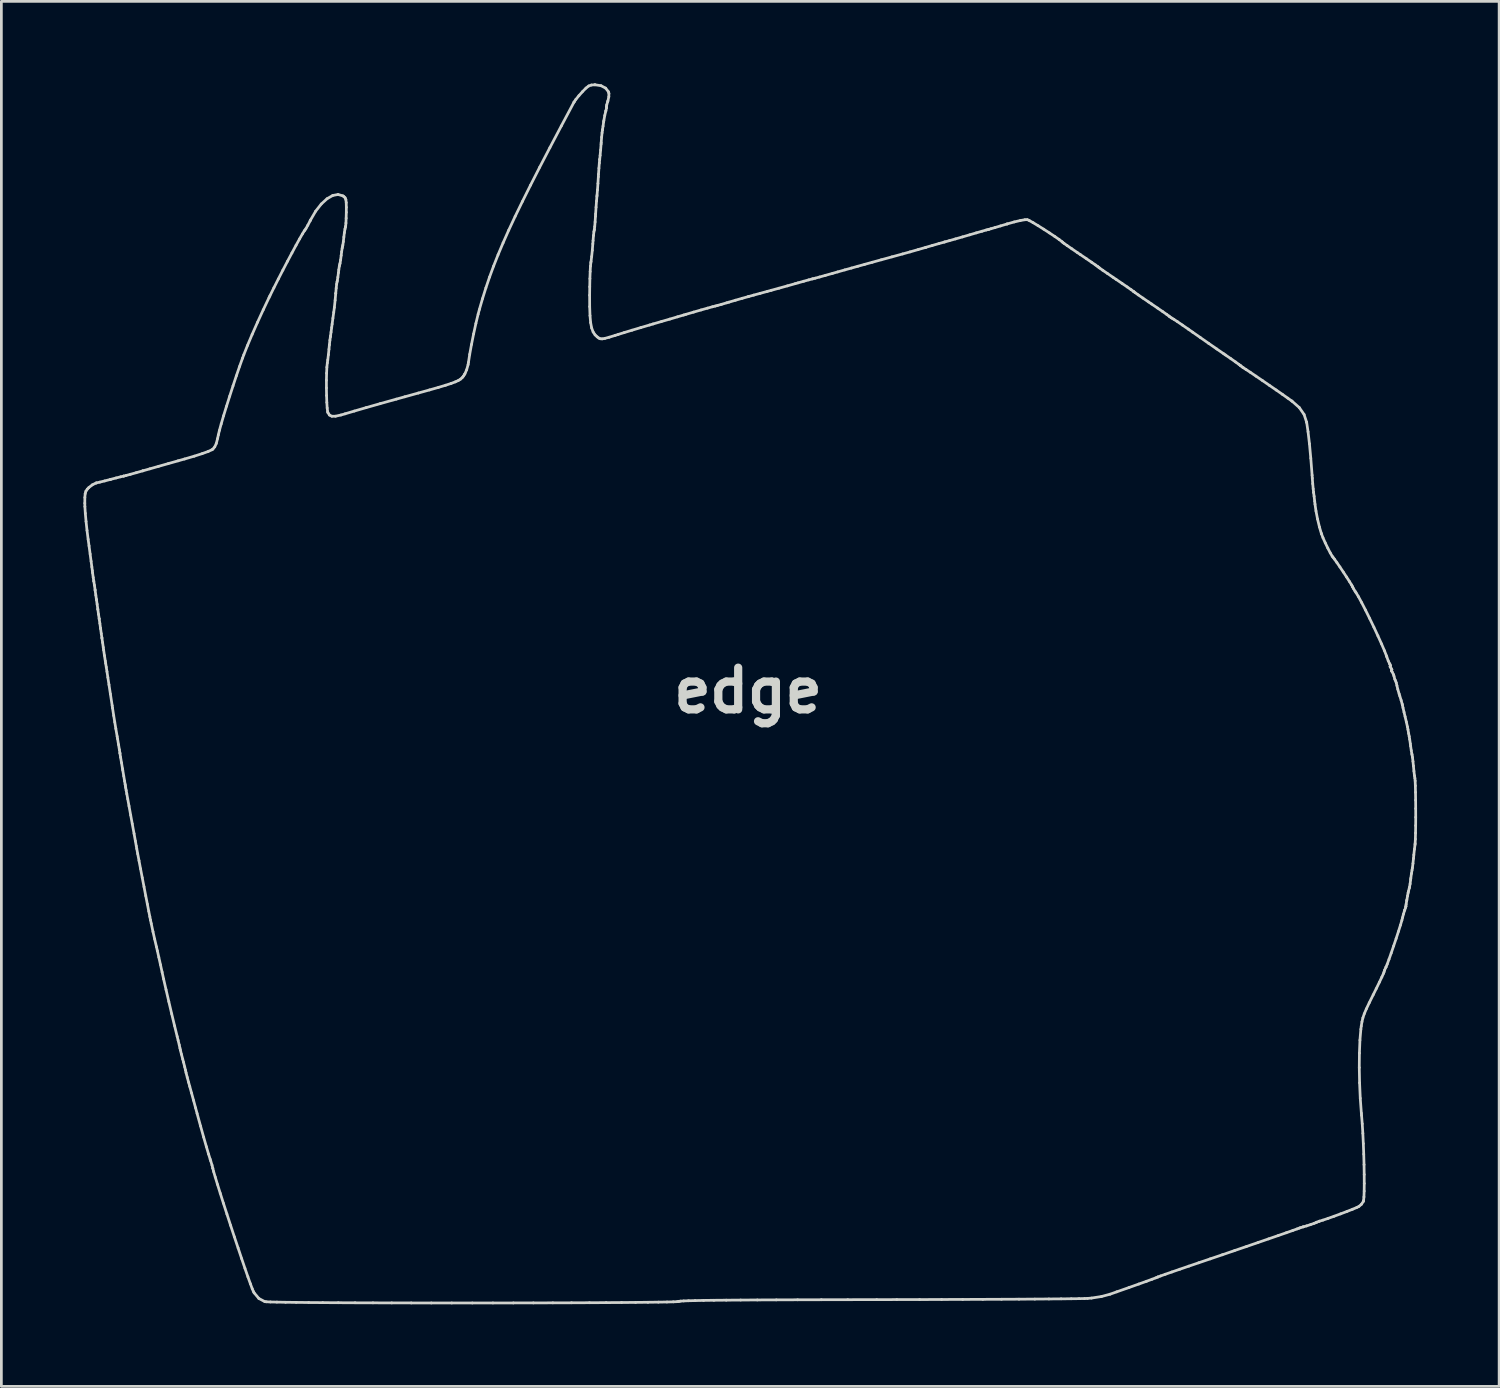
<source format=kicad_pcb>
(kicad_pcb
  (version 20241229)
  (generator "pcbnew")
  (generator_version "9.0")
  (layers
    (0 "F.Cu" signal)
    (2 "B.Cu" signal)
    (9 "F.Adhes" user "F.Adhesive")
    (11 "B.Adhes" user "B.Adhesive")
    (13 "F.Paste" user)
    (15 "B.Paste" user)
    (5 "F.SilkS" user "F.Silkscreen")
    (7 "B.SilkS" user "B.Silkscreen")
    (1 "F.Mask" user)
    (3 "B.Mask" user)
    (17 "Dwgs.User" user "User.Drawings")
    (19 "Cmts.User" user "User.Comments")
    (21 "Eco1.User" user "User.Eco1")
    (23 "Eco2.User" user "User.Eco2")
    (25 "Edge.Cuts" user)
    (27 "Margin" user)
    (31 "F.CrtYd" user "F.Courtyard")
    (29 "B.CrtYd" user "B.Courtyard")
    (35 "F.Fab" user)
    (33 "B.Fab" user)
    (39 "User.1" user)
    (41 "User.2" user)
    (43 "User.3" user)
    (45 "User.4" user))
  (footprint "edge"
    (layer "F.Cu")
    (at 24.3 22.194)
    (property "Reference" "edge" (at 0 0 0) (layer "Edge.Cuts") (effects (font (size 1.524 1.524) (thickness 0.3))))
    (attr board_only exclude_from_pos_files exclude_from_bom)
    (fp_line (start -24.25 -6.847) (end -24.248 -7.057) (stroke (width 0.1) (type solid)) (layer "Edge.Cuts"))
    (fp_line (start -24.248 -7.057) (end -24.236 -7.195) (stroke (width 0.1) (type solid)) (layer "Edge.Cuts"))
    (fp_line (start -24.247 -6.726) (end -24.25 -6.847) (stroke (width 0.1) (type solid)) (layer "Edge.Cuts"))
    (fp_line (start -24.236 -7.195) (end -24.209 -7.287) (stroke (width 0.1) (type solid)) (layer "Edge.Cuts"))
    (fp_line (start -24.231 -6.479) (end -24.247 -6.726) (stroke (width 0.1) (type solid)) (layer "Edge.Cuts"))
    (fp_line (start -24.209 -7.287) (end -24.159 -7.36) (stroke (width 0.1) (type solid)) (layer "Edge.Cuts"))
    (fp_line (start -24.204 -6.179) (end -24.231 -6.479) (stroke (width 0.1) (type solid)) (layer "Edge.Cuts"))
    (fp_line (start -24.169 -5.853) (end -24.204 -6.179) (stroke (width 0.1) (type solid)) (layer "Edge.Cuts"))
    (fp_line (start -24.159 -7.36) (end -24.106 -7.416) (stroke (width 0.1) (type solid)) (layer "Edge.Cuts"))
    (fp_line (start -24.128 -5.528) (end -24.169 -5.853) (stroke (width 0.1) (type solid)) (layer "Edge.Cuts"))
    (fp_line (start -24.106 -7.416) (end -23.976 -7.518) (stroke (width 0.1) (type solid)) (layer "Edge.Cuts"))
    (fp_line (start -24.095 -5.288) (end -24.128 -5.528) (stroke (width 0.1) (type solid)) (layer "Edge.Cuts"))
    (fp_line (start -24.055 -4.991) (end -24.095 -5.288) (stroke (width 0.1) (type solid)) (layer "Edge.Cuts"))
    (fp_line (start -24.02 -4.726) (end -24.055 -4.991) (stroke (width 0.1) (type solid)) (layer "Edge.Cuts"))
    (fp_line (start -23.992 -4.516) (end -24.02 -4.726) (stroke (width 0.1) (type solid)) (layer "Edge.Cuts"))
    (fp_line (start -23.976 -7.518) (end -23.84 -7.585) (stroke (width 0.1) (type solid)) (layer "Edge.Cuts"))
    (fp_line (start -23.975 -4.384) (end -23.992 -4.516) (stroke (width 0.1) (type solid)) (layer "Edge.Cuts"))
    (fp_line (start -23.966 -4.304) (end -23.975 -4.384) (stroke (width 0.1) (type solid)) (layer "Edge.Cuts"))
    (fp_line (start -23.942 -4.133) (end -23.966 -4.304) (stroke (width 0.1) (type solid)) (layer "Edge.Cuts"))
    (fp_line (start -23.923 -4.008) (end -23.942 -4.133) (stroke (width 0.1) (type solid)) (layer "Edge.Cuts"))
    (fp_line (start -23.92 -3.991) (end -23.923 -4.008) (stroke (width 0.1) (type solid)) (layer "Edge.Cuts"))
    (fp_line (start -23.897 -3.847) (end -23.92 -3.991) (stroke (width 0.1) (type solid)) (layer "Edge.Cuts"))
    (fp_line (start -23.874 -3.682) (end -23.897 -3.847) (stroke (width 0.1) (type solid)) (layer "Edge.Cuts"))
    (fp_line (start -23.872 -3.662) (end -23.874 -3.682) (stroke (width 0.1) (type solid)) (layer "Edge.Cuts"))
    (fp_line (start -23.847 -3.485) (end -23.872 -3.662) (stroke (width 0.1) (type solid)) (layer "Edge.Cuts"))
    (fp_line (start -23.84 -7.585) (end -23.819 -7.59) (stroke (width 0.1) (type solid)) (layer "Edge.Cuts"))
    (fp_line (start -23.825 -3.332) (end -23.847 -3.485) (stroke (width 0.1) (type solid)) (layer "Edge.Cuts"))
    (fp_line (start -23.823 -3.316) (end -23.825 -3.332) (stroke (width 0.1) (type solid)) (layer "Edge.Cuts"))
    (fp_line (start -23.819 -7.59) (end -23.7 -7.618) (stroke (width 0.1) (type solid)) (layer "Edge.Cuts"))
    (fp_line (start -23.799 -3.155) (end -23.823 -3.316) (stroke (width 0.1) (type solid)) (layer "Edge.Cuts"))
    (fp_line (start -23.775 -2.981) (end -23.799 -3.155) (stroke (width 0.1) (type solid)) (layer "Edge.Cuts"))
    (fp_line (start -23.772 -2.96) (end -23.775 -2.981) (stroke (width 0.1) (type solid)) (layer "Edge.Cuts"))
    (fp_line (start -23.748 -2.784) (end -23.772 -2.96) (stroke (width 0.1) (type solid)) (layer "Edge.Cuts"))
    (fp_line (start -23.725 -2.63) (end -23.748 -2.784) (stroke (width 0.1) (type solid)) (layer "Edge.Cuts"))
    (fp_line (start -23.723 -2.614) (end -23.725 -2.63) (stroke (width 0.1) (type solid)) (layer "Edge.Cuts"))
    (fp_line (start -23.7 -7.618) (end -23.521 -7.662) (stroke (width 0.1) (type solid)) (layer "Edge.Cuts"))
    (fp_line (start -23.699 -2.453) (end -23.723 -2.614) (stroke (width 0.1) (type solid)) (layer "Edge.Cuts"))
    (fp_line (start -23.675 -2.279) (end -23.699 -2.453) (stroke (width 0.1) (type solid)) (layer "Edge.Cuts"))
    (fp_line (start -23.672 -2.259) (end -23.675 -2.279) (stroke (width 0.1) (type solid)) (layer "Edge.Cuts"))
    (fp_line (start -23.648 -2.082) (end -23.672 -2.259) (stroke (width 0.1) (type solid)) (layer "Edge.Cuts"))
    (fp_line (start -23.625 -1.929) (end -23.648 -2.082) (stroke (width 0.1) (type solid)) (layer "Edge.Cuts"))
    (fp_line (start -23.623 -1.913) (end -23.625 -1.929) (stroke (width 0.1) (type solid)) (layer "Edge.Cuts"))
    (fp_line (start -23.599 -1.752) (end -23.623 -1.913) (stroke (width 0.1) (type solid)) (layer "Edge.Cuts"))
    (fp_line (start -23.575 -1.578) (end -23.599 -1.752) (stroke (width 0.1) (type solid)) (layer "Edge.Cuts"))
    (fp_line (start -23.561 -1.48) (end -23.575 -1.578) (stroke (width 0.1) (type solid)) (layer "Edge.Cuts"))
    (fp_line (start -23.532 -1.281) (end -23.561 -1.48) (stroke (width 0.1) (type solid)) (layer "Edge.Cuts"))
    (fp_line (start -23.521 -7.662) (end -23.319 -7.715) (stroke (width 0.1) (type solid)) (layer "Edge.Cuts"))
    (fp_line (start -23.5 -1.077) (end -23.532 -1.281) (stroke (width 0.1) (type solid)) (layer "Edge.Cuts"))
    (fp_line (start -23.487 -0.993) (end -23.5 -1.077) (stroke (width 0.1) (type solid)) (layer "Edge.Cuts"))
    (fp_line (start -23.465 -0.856) (end -23.487 -0.993) (stroke (width 0.1) (type solid)) (layer "Edge.Cuts"))
    (fp_line (start -23.439 -0.69) (end -23.465 -0.856) (stroke (width 0.1) (type solid)) (layer "Edge.Cuts"))
    (fp_line (start -23.407 -0.479) (end -23.439 -0.69) (stroke (width 0.1) (type solid)) (layer "Edge.Cuts"))
    (fp_line (start -23.366 -0.212) (end -23.407 -0.479) (stroke (width 0.1) (type solid)) (layer "Edge.Cuts"))
    (fp_line (start -23.319 -7.715) (end -23.3 -7.72) (stroke (width 0.1) (type solid)) (layer "Edge.Cuts"))
    (fp_line (start -23.314 0.127) (end -23.366 -0.212) (stroke (width 0.1) (type solid)) (layer "Edge.Cuts"))
    (fp_line (start -23.3 -7.72) (end -23.106 -7.77) (stroke (width 0.1) (type solid)) (layer "Edge.Cuts"))
    (fp_line (start -23.249 0.551) (end -23.314 0.127) (stroke (width 0.1) (type solid)) (layer "Edge.Cuts"))
    (fp_line (start -23.236 0.641) (end -23.249 0.551) (stroke (width 0.1) (type solid)) (layer "Edge.Cuts"))
    (fp_line (start -23.193 0.92) (end -23.236 0.641) (stroke (width 0.1) (type solid)) (layer "Edge.Cuts"))
    (fp_line (start -23.155 1.155) (end -23.193 0.92) (stroke (width 0.1) (type solid)) (layer "Edge.Cuts"))
    (fp_line (start -23.116 1.393) (end -23.155 1.155) (stroke (width 0.1) (type solid)) (layer "Edge.Cuts"))
    (fp_line (start -23.106 -7.77) (end -22.94 -7.812) (stroke (width 0.1) (type solid)) (layer "Edge.Cuts"))
    (fp_line (start -23.067 1.678) (end -23.116 1.393) (stroke (width 0.1) (type solid)) (layer "Edge.Cuts"))
    (fp_line (start -23.053 1.762) (end -23.067 1.678) (stroke (width 0.1) (type solid)) (layer "Edge.Cuts"))
    (fp_line (start -23.016 1.979) (end -23.053 1.762) (stroke (width 0.1) (type solid)) (layer "Edge.Cuts"))
    (fp_line (start -22.986 2.162) (end -23.016 1.979) (stroke (width 0.1) (type solid)) (layer "Edge.Cuts"))
    (fp_line (start -22.967 2.279) (end -22.986 2.162) (stroke (width 0.1) (type solid)) (layer "Edge.Cuts"))
    (fp_line (start -22.963 2.304) (end -22.967 2.279) (stroke (width 0.1) (type solid)) (layer "Edge.Cuts"))
    (fp_line (start -22.941 2.445) (end -22.963 2.304) (stroke (width 0.1) (type solid)) (layer "Edge.Cuts"))
    (fp_line (start -22.94 -7.812) (end -22.833 -7.838) (stroke (width 0.1) (type solid)) (layer "Edge.Cuts"))
    (fp_line (start -22.908 2.64) (end -22.941 2.445) (stroke (width 0.1) (type solid)) (layer "Edge.Cuts"))
    (fp_line (start -22.872 2.856) (end -22.908 2.64) (stroke (width 0.1) (type solid)) (layer "Edge.Cuts"))
    (fp_line (start -22.862 2.915) (end -22.872 2.856) (stroke (width 0.1) (type solid)) (layer "Edge.Cuts"))
    (fp_line (start -22.833 -7.838) (end -22.825 -7.839) (stroke (width 0.1) (type solid)) (layer "Edge.Cuts"))
    (fp_line (start -22.826 3.129) (end -22.862 2.915) (stroke (width 0.1) (type solid)) (layer "Edge.Cuts"))
    (fp_line (start -22.825 -7.839) (end -22.74 -7.861) (stroke (width 0.1) (type solid)) (layer "Edge.Cuts"))
    (fp_line (start -22.795 3.312) (end -22.826 3.129) (stroke (width 0.1) (type solid)) (layer "Edge.Cuts"))
    (fp_line (start -22.775 3.432) (end -22.795 3.312) (stroke (width 0.1) (type solid)) (layer "Edge.Cuts"))
    (fp_line (start -22.767 3.48) (end -22.775 3.432) (stroke (width 0.1) (type solid)) (layer "Edge.Cuts"))
    (fp_line (start -22.755 3.553) (end -22.767 3.48) (stroke (width 0.1) (type solid)) (layer "Edge.Cuts"))
    (fp_line (start -22.74 -7.861) (end -22.581 -7.904) (stroke (width 0.1) (type solid)) (layer "Edge.Cuts"))
    (fp_line (start -22.738 3.648) (end -22.755 3.553) (stroke (width 0.1) (type solid)) (layer "Edge.Cuts"))
    (fp_line (start -22.714 3.781) (end -22.738 3.648) (stroke (width 0.1) (type solid)) (layer "Edge.Cuts"))
    (fp_line (start -22.68 3.967) (end -22.714 3.781) (stroke (width 0.1) (type solid)) (layer "Edge.Cuts"))
    (fp_line (start -22.634 4.222) (end -22.68 3.967) (stroke (width 0.1) (type solid)) (layer "Edge.Cuts"))
    (fp_line (start -22.581 -7.904) (end -22.371 -7.962) (stroke (width 0.1) (type solid)) (layer "Edge.Cuts"))
    (fp_line (start -22.572 4.559) (end -22.634 4.222) (stroke (width 0.1) (type solid)) (layer "Edge.Cuts"))
    (fp_line (start -22.515 4.873) (end -22.572 4.559) (stroke (width 0.1) (type solid)) (layer "Edge.Cuts"))
    (fp_line (start -22.449 5.232) (end -22.515 4.873) (stroke (width 0.1) (type solid)) (layer "Edge.Cuts"))
    (fp_line (start -22.401 5.502) (end -22.449 5.232) (stroke (width 0.1) (type solid)) (layer "Edge.Cuts"))
    (fp_line (start -22.371 -7.962) (end -22.132 -8.03) (stroke (width 0.1) (type solid)) (layer "Edge.Cuts"))
    (fp_line (start -22.368 5.686) (end -22.401 5.502) (stroke (width 0.1) (type solid)) (layer "Edge.Cuts"))
    (fp_line (start -22.35 5.785) (end -22.368 5.686) (stroke (width 0.1) (type solid)) (layer "Edge.Cuts"))
    (fp_line (start -22.316 5.971) (end -22.35 5.785) (stroke (width 0.1) (type solid)) (layer "Edge.Cuts"))
    (fp_line (start -22.268 6.221) (end -22.316 5.971) (stroke (width 0.1) (type solid)) (layer "Edge.Cuts"))
    (fp_line (start -22.212 6.517) (end -22.268 6.221) (stroke (width 0.1) (type solid)) (layer "Edge.Cuts"))
    (fp_line (start -22.15 6.842) (end -22.212 6.517) (stroke (width 0.1) (type solid)) (layer "Edge.Cuts"))
    (fp_line (start -22.132 -8.03) (end -22.125 -8.032) (stroke (width 0.1) (type solid)) (layer "Edge.Cuts"))
    (fp_line (start -22.125 -8.032) (end -21.872 -8.104) (stroke (width 0.1) (type solid)) (layer "Edge.Cuts"))
    (fp_line (start -22.085 7.177) (end -22.15 6.842) (stroke (width 0.1) (type solid)) (layer "Edge.Cuts"))
    (fp_line (start -22.022 7.506) (end -22.085 7.177) (stroke (width 0.1) (type solid)) (layer "Edge.Cuts"))
    (fp_line (start -21.963 7.809) (end -22.022 7.506) (stroke (width 0.1) (type solid)) (layer "Edge.Cuts"))
    (fp_line (start -21.912 8.07) (end -21.963 7.809) (stroke (width 0.1) (type solid)) (layer "Edge.Cuts"))
    (fp_line (start -21.872 8.27) (end -21.912 8.07) (stroke (width 0.1) (type solid)) (layer "Edge.Cuts"))
    (fp_line (start -21.872 -8.104) (end -21.553 -8.195) (stroke (width 0.1) (type solid)) (layer "Edge.Cuts"))
    (fp_line (start -21.848 8.392) (end -21.872 8.27) (stroke (width 0.1) (type solid)) (layer "Edge.Cuts"))
    (fp_line (start -21.821 8.518) (end -21.848 8.392) (stroke (width 0.1) (type solid)) (layer "Edge.Cuts"))
    (fp_line (start -21.757 8.818) (end -21.821 8.518) (stroke (width 0.1) (type solid)) (layer "Edge.Cuts"))
    (fp_line (start -21.697 9.085) (end -21.757 8.818) (stroke (width 0.1) (type solid)) (layer "Edge.Cuts"))
    (fp_line (start -21.631 9.368) (end -21.697 9.085) (stroke (width 0.1) (type solid)) (layer "Edge.Cuts"))
    (fp_line (start -21.598 9.513) (end -21.631 9.368) (stroke (width 0.1) (type solid)) (layer "Edge.Cuts"))
    (fp_line (start -21.553 -8.195) (end -21.199 -8.295) (stroke (width 0.1) (type solid)) (layer "Edge.Cuts"))
    (fp_line (start -21.544 9.751) (end -21.598 9.513) (stroke (width 0.1) (type solid)) (layer "Edge.Cuts"))
    (fp_line (start -21.484 10.023) (end -21.544 9.751) (stroke (width 0.1) (type solid)) (layer "Edge.Cuts"))
    (fp_line (start -21.424 10.295) (end -21.484 10.023) (stroke (width 0.1) (type solid)) (layer "Edge.Cuts"))
    (fp_line (start -21.369 10.547) (end -21.424 10.295) (stroke (width 0.1) (type solid)) (layer "Edge.Cuts"))
    (fp_line (start -21.28 10.937) (end -21.369 10.547) (stroke (width 0.1) (type solid)) (layer "Edge.Cuts"))
    (fp_line (start -21.199 -8.295) (end -20.841 -8.396) (stroke (width 0.1) (type solid)) (layer "Edge.Cuts"))
    (fp_line (start -21.179 11.372) (end -21.28 10.937) (stroke (width 0.1) (type solid)) (layer "Edge.Cuts"))
    (fp_line (start -21.073 11.822) (end -21.179 11.372) (stroke (width 0.1) (type solid)) (layer "Edge.Cuts"))
    (fp_line (start -20.968 12.258) (end -21.073 11.822) (stroke (width 0.1) (type solid)) (layer "Edge.Cuts"))
    (fp_line (start -20.872 12.65) (end -20.968 12.258) (stroke (width 0.1) (type solid)) (layer "Edge.Cuts"))
    (fp_line (start -20.841 -8.396) (end -20.6 -8.464) (stroke (width 0.1) (type solid)) (layer "Edge.Cuts"))
    (fp_line (start -20.838 12.789) (end -20.872 12.65) (stroke (width 0.1) (type solid)) (layer "Edge.Cuts"))
    (fp_line (start -20.797 12.959) (end -20.838 12.789) (stroke (width 0.1) (type solid)) (layer "Edge.Cuts"))
    (fp_line (start -20.771 13.076) (end -20.797 12.959) (stroke (width 0.1) (type solid)) (layer "Edge.Cuts"))
    (fp_line (start -20.756 13.143) (end -20.771 13.076) (stroke (width 0.1) (type solid)) (layer "Edge.Cuts"))
    (fp_line (start -20.717 13.299) (end -20.756 13.143) (stroke (width 0.1) (type solid)) (layer "Edge.Cuts"))
    (fp_line (start -20.67 13.477) (end -20.717 13.299) (stroke (width 0.1) (type solid)) (layer "Edge.Cuts"))
    (fp_line (start -20.641 13.589) (end -20.67 13.477) (stroke (width 0.1) (type solid)) (layer "Edge.Cuts"))
    (fp_line (start -20.6 -8.464) (end -20.248 -8.567) (stroke (width 0.1) (type solid)) (layer "Edge.Cuts"))
    (fp_line (start -20.598 13.758) (end -20.641 13.589) (stroke (width 0.1) (type solid)) (layer "Edge.Cuts"))
    (fp_line (start -20.57 13.877) (end -20.598 13.758) (stroke (width 0.1) (type solid)) (layer "Edge.Cuts"))
    (fp_line (start -20.548 13.974) (end -20.57 13.877) (stroke (width 0.1) (type solid)) (layer "Edge.Cuts"))
    (fp_line (start -20.505 14.14) (end -20.548 13.974) (stroke (width 0.1) (type solid)) (layer "Edge.Cuts"))
    (fp_line (start -20.454 14.328) (end -20.505 14.14) (stroke (width 0.1) (type solid)) (layer "Edge.Cuts"))
    (fp_line (start -20.413 14.477) (end -20.454 14.328) (stroke (width 0.1) (type solid)) (layer "Edge.Cuts"))
    (fp_line (start -20.348 14.714) (end -20.413 14.477) (stroke (width 0.1) (type solid)) (layer "Edge.Cuts"))
    (fp_line (start -20.274 14.985) (end -20.348 14.714) (stroke (width 0.1) (type solid)) (layer "Edge.Cuts"))
    (fp_line (start -20.248 -8.567) (end -19.958 -8.66) (stroke (width 0.1) (type solid)) (layer "Edge.Cuts"))
    (fp_line (start -20.201 15.255) (end -20.274 14.985) (stroke (width 0.1) (type solid)) (layer "Edge.Cuts"))
    (fp_line (start -20.145 15.463) (end -20.201 15.255) (stroke (width 0.1) (type solid)) (layer "Edge.Cuts"))
    (fp_line (start -20.019 15.921) (end -20.145 15.463) (stroke (width 0.1) (type solid)) (layer "Edge.Cuts"))
    (fp_line (start -19.958 -8.66) (end -19.739 -8.739) (stroke (width 0.1) (type solid)) (layer "Edge.Cuts"))
    (fp_line (start -19.905 16.329) (end -20.019 15.921) (stroke (width 0.1) (type solid)) (layer "Edge.Cuts"))
    (fp_line (start -19.806 16.675) (end -19.905 16.329) (stroke (width 0.1) (type solid)) (layer "Edge.Cuts"))
    (fp_line (start -19.739 -8.739) (end -19.603 -8.801) (stroke (width 0.1) (type solid)) (layer "Edge.Cuts"))
    (fp_line (start -19.726 16.947) (end -19.806 16.675) (stroke (width 0.1) (type solid)) (layer "Edge.Cuts"))
    (fp_line (start -19.667 17.134) (end -19.726 16.947) (stroke (width 0.1) (type solid)) (layer "Edge.Cuts"))
    (fp_line (start -19.646 17.198) (end -19.667 17.134) (stroke (width 0.1) (type solid)) (layer "Edge.Cuts"))
    (fp_line (start -19.603 -8.801) (end -19.568 -8.824) (stroke (width 0.1) (type solid)) (layer "Edge.Cuts"))
    (fp_line (start -19.599 17.353) (end -19.646 17.198) (stroke (width 0.1) (type solid)) (layer "Edge.Cuts"))
    (fp_line (start -19.571 17.462) (end -19.599 17.353) (stroke (width 0.1) (type solid)) (layer "Edge.Cuts"))
    (fp_line (start -19.57 17.467) (end -19.571 17.462) (stroke (width 0.1) (type solid)) (layer "Edge.Cuts"))
    (fp_line (start -19.568 -8.824) (end -19.498 -8.91) (stroke (width 0.1) (type solid)) (layer "Edge.Cuts"))
    (fp_line (start -19.54 17.588) (end -19.57 17.467) (stroke (width 0.1) (type solid)) (layer "Edge.Cuts"))
    (fp_line (start -19.498 -8.91) (end -19.443 -9.03) (stroke (width 0.1) (type solid)) (layer "Edge.Cuts"))
    (fp_line (start -19.481 17.789) (end -19.54 17.588) (stroke (width 0.1) (type solid)) (layer "Edge.Cuts"))
    (fp_line (start -19.443 -9.03) (end -19.395 -9.212) (stroke (width 0.1) (type solid)) (layer "Edge.Cuts"))
    (fp_line (start -19.399 18.058) (end -19.481 17.789) (stroke (width 0.1) (type solid)) (layer "Edge.Cuts"))
    (fp_line (start -19.395 -9.212) (end -19.368 -9.343) (stroke (width 0.1) (type solid)) (layer "Edge.Cuts"))
    (fp_line (start -19.368 -9.343) (end -19.329 -9.506) (stroke (width 0.1) (type solid)) (layer "Edge.Cuts"))
    (fp_line (start -19.329 -9.506) (end -19.263 -9.746) (stroke (width 0.1) (type solid)) (layer "Edge.Cuts"))
    (fp_line (start -19.298 18.381) (end -19.399 18.058) (stroke (width 0.1) (type solid)) (layer "Edge.Cuts"))
    (fp_line (start -19.263 -9.746) (end -19.175 -10.047) (stroke (width 0.1) (type solid)) (layer "Edge.Cuts"))
    (fp_line (start -19.182 18.746) (end -19.298 18.381) (stroke (width 0.1) (type solid)) (layer "Edge.Cuts"))
    (fp_line (start -19.175 -10.047) (end -19.07 -10.39) (stroke (width 0.1) (type solid)) (layer "Edge.Cuts"))
    (fp_line (start -19.07 -10.39) (end -18.953 -10.759) (stroke (width 0.1) (type solid)) (layer "Edge.Cuts"))
    (fp_line (start -19.054 19.142) (end -19.182 18.746) (stroke (width 0.1) (type solid)) (layer "Edge.Cuts"))
    (fp_line (start -18.953 -10.759) (end -18.831 -11.136) (stroke (width 0.1) (type solid)) (layer "Edge.Cuts"))
    (fp_line (start -18.92 19.554) (end -19.054 19.142) (stroke (width 0.1) (type solid)) (layer "Edge.Cuts"))
    (fp_line (start -18.831 -11.136) (end -18.709 -11.505) (stroke (width 0.1) (type solid)) (layer "Edge.Cuts"))
    (fp_line (start -18.783 19.971) (end -18.92 19.554) (stroke (width 0.1) (type solid)) (layer "Edge.Cuts"))
    (fp_line (start -18.709 -11.505) (end -18.591 -11.848) (stroke (width 0.1) (type solid)) (layer "Edge.Cuts"))
    (fp_line (start -18.646 20.38) (end -18.783 19.971) (stroke (width 0.1) (type solid)) (layer "Edge.Cuts"))
    (fp_line (start -18.591 -11.848) (end -18.484 -12.148) (stroke (width 0.1) (type solid)) (layer "Edge.Cuts"))
    (fp_line (start -18.516 20.769) (end -18.646 20.38) (stroke (width 0.1) (type solid)) (layer "Edge.Cuts"))
    (fp_line (start -18.484 -12.148) (end -18.437 -12.274) (stroke (width 0.1) (type solid)) (layer "Edge.Cuts"))
    (fp_line (start -18.437 -12.274) (end -18.302 -12.614) (stroke (width 0.1) (type solid)) (layer "Edge.Cuts"))
    (fp_line (start -18.395 21.125) (end -18.516 20.769) (stroke (width 0.1) (type solid)) (layer "Edge.Cuts"))
    (fp_line (start -18.302 -12.614) (end -18.132 -13.017) (stroke (width 0.1) (type solid)) (layer "Edge.Cuts"))
    (fp_line (start -18.287 21.436) (end -18.395 21.125) (stroke (width 0.1) (type solid)) (layer "Edge.Cuts"))
    (fp_line (start -18.197 21.688) (end -18.287 21.436) (stroke (width 0.1) (type solid)) (layer "Edge.Cuts"))
    (fp_line (start -18.132 -13.017) (end -17.936 -13.46) (stroke (width 0.1) (type solid)) (layer "Edge.Cuts"))
    (fp_line (start -18.129 21.87) (end -18.197 21.688) (stroke (width 0.1) (type solid)) (layer "Edge.Cuts"))
    (fp_line (start -18.088 21.969) (end -18.129 21.87) (stroke (width 0.1) (type solid)) (layer "Edge.Cuts"))
    (fp_line (start -18.059 22.021) (end -18.088 21.969) (stroke (width 0.1) (type solid)) (layer "Edge.Cuts"))
    (fp_line (start -17.936 -13.46) (end -17.726 -13.918) (stroke (width 0.1) (type solid)) (layer "Edge.Cuts"))
    (fp_line (start -17.887 22.226) (end -18.059 22.021) (stroke (width 0.1) (type solid)) (layer "Edge.Cuts"))
    (fp_line (start -17.726 -13.918) (end -17.513 -14.366) (stroke (width 0.1) (type solid)) (layer "Edge.Cuts"))
    (fp_line (start -17.668 22.343) (end -17.887 22.226) (stroke (width 0.1) (type solid)) (layer "Edge.Cuts"))
    (fp_line (start -17.613 22.348) (end -17.668 22.343) (stroke (width 0.1) (type solid)) (layer "Edge.Cuts"))
    (fp_line (start -17.513 -14.366) (end -17.482 -14.43) (stroke (width 0.1) (type solid)) (layer "Edge.Cuts"))
    (fp_line (start -17.482 -14.43) (end -17.336 -14.724) (stroke (width 0.1) (type solid)) (layer "Edge.Cuts"))
    (fp_line (start -17.463 22.355) (end -17.613 22.348) (stroke (width 0.1) (type solid)) (layer "Edge.Cuts"))
    (fp_line (start -17.336 -14.724) (end -17.176 -15.041) (stroke (width 0.1) (type solid)) (layer "Edge.Cuts"))
    (fp_line (start -17.227 22.36) (end -17.463 22.355) (stroke (width 0.1) (type solid)) (layer "Edge.Cuts"))
    (fp_line (start -17.176 -15.041) (end -17.008 -15.368) (stroke (width 0.1) (type solid)) (layer "Edge.Cuts"))
    (fp_line (start -17.008 -15.368) (end -16.84 -15.691) (stroke (width 0.1) (type solid)) (layer "Edge.Cuts"))
    (fp_line (start -16.911 22.366) (end -17.227 22.36) (stroke (width 0.1) (type solid)) (layer "Edge.Cuts"))
    (fp_line (start -16.84 -15.691) (end -16.677 -15.997) (stroke (width 0.1) (type solid)) (layer "Edge.Cuts"))
    (fp_line (start -16.677 -15.997) (end -16.528 -16.275) (stroke (width 0.1) (type solid)) (layer "Edge.Cuts"))
    (fp_line (start -16.528 -16.275) (end -16.398 -16.51) (stroke (width 0.1) (type solid)) (layer "Edge.Cuts"))
    (fp_line (start -16.522 22.37) (end -16.911 22.366) (stroke (width 0.1) (type solid)) (layer "Edge.Cuts"))
    (fp_line (start -16.398 -16.51) (end -16.295 -16.69) (stroke (width 0.1) (type solid)) (layer "Edge.Cuts"))
    (fp_line (start -16.295 -16.69) (end -16.226 -16.802) (stroke (width 0.1) (type solid)) (layer "Edge.Cuts"))
    (fp_line (start -16.226 -16.802) (end -16.202 -16.833) (stroke (width 0.1) (type solid)) (layer "Edge.Cuts"))
    (fp_line (start -16.202 -16.833) (end -16.165 -16.887) (stroke (width 0.1) (type solid)) (layer "Edge.Cuts"))
    (fp_line (start -16.165 -16.887) (end -16.098 -17.007) (stroke (width 0.1) (type solid)) (layer "Edge.Cuts"))
    (fp_line (start -16.098 -17.007) (end -16.013 -17.168) (stroke (width 0.1) (type solid)) (layer "Edge.Cuts"))
    (fp_line (start -16.066 22.375) (end -16.522 22.37) (stroke (width 0.1) (type solid)) (layer "Edge.Cuts"))
    (fp_line (start -16.013 -17.168) (end -15.998 -17.2) (stroke (width 0.1) (type solid)) (layer "Edge.Cuts"))
    (fp_line (start -15.998 -17.2) (end -15.809 -17.524) (stroke (width 0.1) (type solid)) (layer "Edge.Cuts"))
    (fp_line (start -15.809 -17.524) (end -15.605 -17.785) (stroke (width 0.1) (type solid)) (layer "Edge.Cuts"))
    (fp_line (start -15.605 -17.785) (end -15.394 -17.978) (stroke (width 0.1) (type solid)) (layer "Edge.Cuts"))
    (fp_line (start -15.551 22.379) (end -16.066 22.375) (stroke (width 0.1) (type solid)) (layer "Edge.Cuts"))
    (fp_line (start -15.416 -11.061) (end -15.411 -10.785) (stroke (width 0.1) (type solid)) (layer "Edge.Cuts"))
    (fp_line (start -15.416 -11.34) (end -15.416 -11.061) (stroke (width 0.1) (type solid)) (layer "Edge.Cuts"))
    (fp_line (start -15.411 -10.785) (end -15.402 -10.533) (stroke (width 0.1) (type solid)) (layer "Edge.Cuts"))
    (fp_line (start -15.41 -11.6) (end -15.416 -11.34) (stroke (width 0.1) (type solid)) (layer "Edge.Cuts"))
    (fp_line (start -15.402 -10.533) (end -15.389 -10.329) (stroke (width 0.1) (type solid)) (layer "Edge.Cuts"))
    (fp_line (start -15.4 -11.819) (end -15.41 -11.6) (stroke (width 0.1) (type solid)) (layer "Edge.Cuts"))
    (fp_line (start -15.394 -17.978) (end -15.187 -18.097) (stroke (width 0.1) (type solid)) (layer "Edge.Cuts"))
    (fp_line (start -15.389 -10.329) (end -15.371 -10.192) (stroke (width 0.1) (type solid)) (layer "Edge.Cuts"))
    (fp_line (start -15.383 -11.976) (end -15.4 -11.819) (stroke (width 0.1) (type solid)) (layer "Edge.Cuts"))
    (fp_line (start -15.371 -10.192) (end -15.361 -10.157) (stroke (width 0.1) (type solid)) (layer "Edge.Cuts"))
    (fp_line (start -15.367 -12.084) (end -15.383 -11.976) (stroke (width 0.1) (type solid)) (layer "Edge.Cuts"))
    (fp_line (start -15.361 -10.157) (end -15.305 -10.07) (stroke (width 0.1) (type solid)) (layer "Edge.Cuts"))
    (fp_line (start -15.344 -12.274) (end -15.367 -12.084) (stroke (width 0.1) (type solid)) (layer "Edge.Cuts"))
    (fp_line (start -15.323 -12.477) (end -15.344 -12.274) (stroke (width 0.1) (type solid)) (layer "Edge.Cuts"))
    (fp_line (start -15.308 -12.635) (end -15.323 -12.477) (stroke (width 0.1) (type solid)) (layer "Edge.Cuts"))
    (fp_line (start -15.305 -10.07) (end -15.218 -10.027) (stroke (width 0.1) (type solid)) (layer "Edge.Cuts"))
    (fp_line (start -15.289 -12.807) (end -15.308 -12.635) (stroke (width 0.1) (type solid)) (layer "Edge.Cuts"))
    (fp_line (start -15.273 -12.921) (end -15.289 -12.807) (stroke (width 0.1) (type solid)) (layer "Edge.Cuts"))
    (fp_line (start -15.268 -12.956) (end -15.273 -12.921) (stroke (width 0.1) (type solid)) (layer "Edge.Cuts"))
    (fp_line (start -15.247 -13.102) (end -15.268 -12.956) (stroke (width 0.1) (type solid)) (layer "Edge.Cuts"))
    (fp_line (start -15.224 -13.272) (end -15.247 -13.102) (stroke (width 0.1) (type solid)) (layer "Edge.Cuts"))
    (fp_line (start -15.218 -10.027) (end -15.083 -10.028) (stroke (width 0.1) (type solid)) (layer "Edge.Cuts"))
    (fp_line (start -15.208 -13.396) (end -15.224 -13.272) (stroke (width 0.1) (type solid)) (layer "Edge.Cuts"))
    (fp_line (start -15.187 -18.097) (end -14.991 -18.134) (stroke (width 0.1) (type solid)) (layer "Edge.Cuts"))
    (fp_line (start -15.179 -13.612) (end -15.208 -13.396) (stroke (width 0.1) (type solid)) (layer "Edge.Cuts"))
    (fp_line (start -15.149 -13.827) (end -15.179 -13.612) (stroke (width 0.1) (type solid)) (layer "Edge.Cuts"))
    (fp_line (start -15.126 -14.004) (end -15.149 -13.827) (stroke (width 0.1) (type solid)) (layer "Edge.Cuts"))
    (fp_line (start -15.098 -14.268) (end -15.126 -14.004) (stroke (width 0.1) (type solid)) (layer "Edge.Cuts"))
    (fp_line (start -15.083 -10.028) (end -14.884 -10.072) (stroke (width 0.1) (type solid)) (layer "Edge.Cuts"))
    (fp_line (start -15.076 -14.513) (end -15.098 -14.268) (stroke (width 0.1) (type solid)) (layer "Edge.Cuts"))
    (fp_line (start -15.075 -14.523) (end -15.076 -14.513) (stroke (width 0.1) (type solid)) (layer "Edge.Cuts"))
    (fp_line (start -15.059 -14.709) (end -15.075 -14.523) (stroke (width 0.1) (type solid)) (layer "Edge.Cuts"))
    (fp_line (start -15.042 -14.858) (end -15.059 -14.709) (stroke (width 0.1) (type solid)) (layer "Edge.Cuts"))
    (fp_line (start -15.028 -14.939) (end -15.042 -14.858) (stroke (width 0.1) (type solid)) (layer "Edge.Cuts"))
    (fp_line (start -15.018 -14.983) (end -15.028 -14.939) (stroke (width 0.1) (type solid)) (layer "Edge.Cuts"))
    (fp_line (start -14.998 -15.11) (end -15.018 -14.983) (stroke (width 0.1) (type solid)) (layer "Edge.Cuts"))
    (fp_line (start -14.991 -18.134) (end -14.815 -18.084) (stroke (width 0.1) (type solid)) (layer "Edge.Cuts"))
    (fp_line (start -14.983 22.382) (end -15.551 22.379) (stroke (width 0.1) (type solid)) (layer "Edge.Cuts"))
    (fp_line (start -14.977 -15.274) (end -14.998 -15.11) (stroke (width 0.1) (type solid)) (layer "Edge.Cuts"))
    (fp_line (start -14.964 -15.381) (end -14.977 -15.274) (stroke (width 0.1) (type solid)) (layer "Edge.Cuts"))
    (fp_line (start -14.945 -15.511) (end -14.964 -15.381) (stroke (width 0.1) (type solid)) (layer "Edge.Cuts"))
    (fp_line (start -14.929 -15.575) (end -14.945 -15.511) (stroke (width 0.1) (type solid)) (layer "Edge.Cuts"))
    (fp_line (start -14.918 -15.62) (end -14.929 -15.575) (stroke (width 0.1) (type solid)) (layer "Edge.Cuts"))
    (fp_line (start -14.898 -15.74) (end -14.918 -15.62) (stroke (width 0.1) (type solid)) (layer "Edge.Cuts"))
    (fp_line (start -14.884 -10.072) (end -14.735 -10.115) (stroke (width 0.1) (type solid)) (layer "Edge.Cuts"))
    (fp_line (start -14.877 -15.905) (end -14.898 -15.74) (stroke (width 0.1) (type solid)) (layer "Edge.Cuts"))
    (fp_line (start -14.86 -16.04) (end -14.877 -15.905) (stroke (width 0.1) (type solid)) (layer "Edge.Cuts"))
    (fp_line (start -14.841 -16.17) (end -14.86 -16.04) (stroke (width 0.1) (type solid)) (layer "Edge.Cuts"))
    (fp_line (start -14.827 -16.23) (end -14.841 -16.17) (stroke (width 0.1) (type solid)) (layer "Edge.Cuts"))
    (fp_line (start -14.816 -16.283) (end -14.827 -16.23) (stroke (width 0.1) (type solid)) (layer "Edge.Cuts"))
    (fp_line (start -14.815 -18.084) (end -14.779 -18.059) (stroke (width 0.1) (type solid)) (layer "Edge.Cuts"))
    (fp_line (start -14.798 -16.409) (end -14.816 -16.283) (stroke (width 0.1) (type solid)) (layer "Edge.Cuts"))
    (fp_line (start -14.779 -16.579) (end -14.798 -16.409) (stroke (width 0.1) (type solid)) (layer "Edge.Cuts"))
    (fp_line (start -14.779 -18.059) (end -14.734 -18.015) (stroke (width 0.1) (type solid)) (layer "Edge.Cuts"))
    (fp_line (start -14.76 -16.737) (end -14.779 -16.579) (stroke (width 0.1) (type solid)) (layer "Edge.Cuts"))
    (fp_line (start -14.738 -16.873) (end -14.76 -16.737) (stroke (width 0.1) (type solid)) (layer "Edge.Cuts"))
    (fp_line (start -14.735 -10.115) (end -14.396 -10.216) (stroke (width 0.1) (type solid)) (layer "Edge.Cuts"))
    (fp_line (start -14.734 -18.015) (end -14.706 -17.948) (stroke (width 0.1) (type solid)) (layer "Edge.Cuts"))
    (fp_line (start -14.721 -16.94) (end -14.738 -16.873) (stroke (width 0.1) (type solid)) (layer "Edge.Cuts"))
    (fp_line (start -14.714 -16.972) (end -14.721 -16.94) (stroke (width 0.1) (type solid)) (layer "Edge.Cuts"))
    (fp_line (start -14.706 -17.948) (end -14.692 -17.838) (stroke (width 0.1) (type solid)) (layer "Edge.Cuts"))
    (fp_line (start -14.703 -17.088) (end -14.714 -16.972) (stroke (width 0.1) (type solid)) (layer "Edge.Cuts"))
    (fp_line (start -14.695 -17.267) (end -14.703 -17.088) (stroke (width 0.1) (type solid)) (layer "Edge.Cuts"))
    (fp_line (start -14.692 -17.838) (end -14.688 -17.665) (stroke (width 0.1) (type solid)) (layer "Edge.Cuts"))
    (fp_line (start -14.689 -17.483) (end -14.695 -17.267) (stroke (width 0.1) (type solid)) (layer "Edge.Cuts"))
    (fp_line (start -14.688 -17.665) (end -14.689 -17.483) (stroke (width 0.1) (type solid)) (layer "Edge.Cuts"))
    (fp_line (start -14.396 -10.216) (end -13.966 -10.341) (stroke (width 0.1) (type solid)) (layer "Edge.Cuts"))
    (fp_line (start -14.369 22.385) (end -14.983 22.382) (stroke (width 0.1) (type solid)) (layer "Edge.Cuts"))
    (fp_line (start -13.966 -10.341) (end -13.452 -10.487) (stroke (width 0.1) (type solid)) (layer "Edge.Cuts"))
    (fp_line (start -13.715 22.387) (end -14.369 22.385) (stroke (width 0.1) (type solid)) (layer "Edge.Cuts"))
    (fp_line (start -13.452 -10.487) (end -12.861 -10.652) (stroke (width 0.1) (type solid)) (layer "Edge.Cuts"))
    (fp_line (start -13.028 22.389) (end -13.715 22.387) (stroke (width 0.1) (type solid)) (layer "Edge.Cuts"))
    (fp_line (start -12.861 -10.652) (end -12.55 -10.738) (stroke (width 0.1) (type solid)) (layer "Edge.Cuts"))
    (fp_line (start -12.55 -10.738) (end -12.056 -10.875) (stroke (width 0.1) (type solid)) (layer "Edge.Cuts"))
    (fp_line (start -12.314 22.39) (end -13.028 22.389) (stroke (width 0.1) (type solid)) (layer "Edge.Cuts"))
    (fp_line (start -12.056 -10.875) (end -11.648 -10.988) (stroke (width 0.1) (type solid)) (layer "Edge.Cuts"))
    (fp_line (start -11.648 -10.988) (end -11.319 -11.082) (stroke (width 0.1) (type solid)) (layer "Edge.Cuts"))
    (fp_line (start -11.581 22.391) (end -12.314 22.39) (stroke (width 0.1) (type solid)) (layer "Edge.Cuts"))
    (fp_line (start -11.319 -11.082) (end -11.058 -11.16) (stroke (width 0.1) (type solid)) (layer "Edge.Cuts"))
    (fp_line (start -11.058 -11.16) (end -10.856 -11.226) (stroke (width 0.1) (type solid)) (layer "Edge.Cuts"))
    (fp_line (start -10.856 -11.226) (end -10.704 -11.283) (stroke (width 0.1) (type solid)) (layer "Edge.Cuts"))
    (fp_line (start -10.835 22.392) (end -11.581 22.391) (stroke (width 0.1) (type solid)) (layer "Edge.Cuts"))
    (fp_line (start -10.704 -11.283) (end -10.592 -11.334) (stroke (width 0.1) (type solid)) (layer "Edge.Cuts"))
    (fp_line (start -10.592 -11.334) (end -10.512 -11.384) (stroke (width 0.1) (type solid)) (layer "Edge.Cuts"))
    (fp_line (start -10.512 -11.384) (end -10.454 -11.436) (stroke (width 0.1) (type solid)) (layer "Edge.Cuts"))
    (fp_line (start -10.454 -11.436) (end -10.408 -11.493) (stroke (width 0.1) (type solid)) (layer "Edge.Cuts"))
    (fp_line (start -10.408 -11.493) (end -10.366 -11.559) (stroke (width 0.1) (type solid)) (layer "Edge.Cuts"))
    (fp_line (start -10.366 -11.559) (end -10.353 -11.579) (stroke (width 0.1) (type solid)) (layer "Edge.Cuts"))
    (fp_line (start -10.353 -11.579) (end -10.289 -11.726) (stroke (width 0.1) (type solid)) (layer "Edge.Cuts"))
    (fp_line (start -10.289 -11.726) (end -10.237 -11.913) (stroke (width 0.1) (type solid)) (layer "Edge.Cuts"))
    (fp_line (start -10.237 -11.913) (end -10.224 -11.993) (stroke (width 0.1) (type solid)) (layer "Edge.Cuts"))
    (fp_line (start -10.224 -11.993) (end -10.178 -12.291) (stroke (width 0.1) (type solid)) (layer "Edge.Cuts"))
    (fp_line (start -10.178 -12.291) (end -10.113 -12.65) (stroke (width 0.1) (type solid)) (layer "Edge.Cuts"))
    (fp_line (start -10.113 -12.65) (end -10.035 -13.038) (stroke (width 0.1) (type solid)) (layer "Edge.Cuts"))
    (fp_line (start -10.082 22.392) (end -10.835 22.392) (stroke (width 0.1) (type solid)) (layer "Edge.Cuts"))
    (fp_line (start -10.035 -13.038) (end -9.952 -13.418) (stroke (width 0.1) (type solid)) (layer "Edge.Cuts"))
    (fp_line (start -9.952 -13.418) (end -9.87 -13.758) (stroke (width 0.1) (type solid)) (layer "Edge.Cuts"))
    (fp_line (start -9.87 -13.758) (end -9.825 -13.927) (stroke (width 0.1) (type solid)) (layer "Edge.Cuts"))
    (fp_line (start -9.825 -13.927) (end -9.709 -14.327) (stroke (width 0.1) (type solid)) (layer "Edge.Cuts"))
    (fp_line (start -9.709 -14.327) (end -9.586 -14.72) (stroke (width 0.1) (type solid)) (layer "Edge.Cuts"))
    (fp_line (start -9.586 -14.72) (end -9.453 -15.113) (stroke (width 0.1) (type solid)) (layer "Edge.Cuts"))
    (fp_line (start -9.453 -15.113) (end -9.306 -15.513) (stroke (width 0.1) (type solid)) (layer "Edge.Cuts"))
    (fp_line (start -9.329 22.391) (end -10.082 22.392) (stroke (width 0.1) (type solid)) (layer "Edge.Cuts"))
    (fp_line (start -9.306 -15.513) (end -9.142 -15.928) (stroke (width 0.1) (type solid)) (layer "Edge.Cuts"))
    (fp_line (start -9.142 -15.928) (end -8.958 -16.364) (stroke (width 0.1) (type solid)) (layer "Edge.Cuts"))
    (fp_line (start -8.958 -16.364) (end -8.751 -16.83) (stroke (width 0.1) (type solid)) (layer "Edge.Cuts"))
    (fp_line (start -8.751 -16.83) (end -8.517 -17.332) (stroke (width 0.1) (type solid)) (layer "Edge.Cuts"))
    (fp_line (start -8.583 22.39) (end -9.329 22.391) (stroke (width 0.1) (type solid)) (layer "Edge.Cuts"))
    (fp_line (start -8.517 -17.332) (end -8.252 -17.877) (stroke (width 0.1) (type solid)) (layer "Edge.Cuts"))
    (fp_line (start -8.252 -17.877) (end -7.955 -18.473) (stroke (width 0.1) (type solid)) (layer "Edge.Cuts"))
    (fp_line (start -7.955 -18.473) (end -7.621 -19.127) (stroke (width 0.1) (type solid)) (layer "Edge.Cuts"))
    (fp_line (start -7.851 22.389) (end -8.583 22.39) (stroke (width 0.1) (type solid)) (layer "Edge.Cuts"))
    (fp_line (start -7.621 -19.127) (end -7.247 -19.846) (stroke (width 0.1) (type solid)) (layer "Edge.Cuts"))
    (fp_line (start -7.247 -19.846) (end -6.83 -20.637) (stroke (width 0.1) (type solid)) (layer "Edge.Cuts"))
    (fp_line (start -7.139 22.387) (end -7.851 22.389) (stroke (width 0.1) (type solid)) (layer "Edge.Cuts"))
    (fp_line (start -6.83 -20.637) (end -6.366 -21.508) (stroke (width 0.1) (type solid)) (layer "Edge.Cuts"))
    (fp_line (start -6.454 22.385) (end -7.139 22.387) (stroke (width 0.1) (type solid)) (layer "Edge.Cuts"))
    (fp_line (start -6.366 -21.508) (end -6.362 -21.514) (stroke (width 0.1) (type solid)) (layer "Edge.Cuts"))
    (fp_line (start -6.362 -21.514) (end -6.297 -21.61) (stroke (width 0.1) (type solid)) (layer "Edge.Cuts"))
    (fp_line (start -6.297 -21.61) (end -6.185 -21.747) (stroke (width 0.1) (type solid)) (layer "Edge.Cuts"))
    (fp_line (start -6.185 -21.747) (end -6.06 -21.887) (stroke (width 0.1) (type solid)) (layer "Edge.Cuts"))
    (fp_line (start -6.06 -21.887) (end -5.926 -22.024) (stroke (width 0.1) (type solid)) (layer "Edge.Cuts"))
    (fp_line (start -5.926 -22.024) (end -5.827 -22.101) (stroke (width 0.1) (type solid)) (layer "Edge.Cuts"))
    (fp_line (start -5.827 -22.101) (end -5.731 -22.135) (stroke (width 0.1) (type solid)) (layer "Edge.Cuts"))
    (fp_line (start -5.802 22.382) (end -6.454 22.385) (stroke (width 0.1) (type solid)) (layer "Edge.Cuts"))
    (fp_line (start -5.794 -14.452) (end -5.792 -14.034) (stroke (width 0.1) (type solid)) (layer "Edge.Cuts"))
    (fp_line (start -5.792 -14.034) (end -5.78 -13.704) (stroke (width 0.1) (type solid)) (layer "Edge.Cuts"))
    (fp_line (start -5.79 -14.759) (end -5.794 -14.452) (stroke (width 0.1) (type solid)) (layer "Edge.Cuts"))
    (fp_line (start -5.784 -15.057) (end -5.79 -14.759) (stroke (width 0.1) (type solid)) (layer "Edge.Cuts"))
    (fp_line (start -5.78 -13.704) (end -5.757 -13.448) (stroke (width 0.1) (type solid)) (layer "Edge.Cuts"))
    (fp_line (start -5.774 -15.317) (end -5.784 -15.057) (stroke (width 0.1) (type solid)) (layer "Edge.Cuts"))
    (fp_line (start -5.763 -15.516) (end -5.774 -15.317) (stroke (width 0.1) (type solid)) (layer "Edge.Cuts"))
    (fp_line (start -5.757 -13.448) (end -5.72 -13.254) (stroke (width 0.1) (type solid)) (layer "Edge.Cuts"))
    (fp_line (start -5.75 -15.636) (end -5.763 -15.516) (stroke (width 0.1) (type solid)) (layer "Edge.Cuts"))
    (fp_line (start -5.742 -15.684) (end -5.75 -15.636) (stroke (width 0.1) (type solid)) (layer "Edge.Cuts"))
    (fp_line (start -5.731 -22.135) (end -5.609 -22.144) (stroke (width 0.1) (type solid)) (layer "Edge.Cuts"))
    (fp_line (start -5.72 -13.254) (end -5.666 -13.109) (stroke (width 0.1) (type solid)) (layer "Edge.Cuts"))
    (fp_line (start -5.719 -15.864) (end -5.742 -15.684) (stroke (width 0.1) (type solid)) (layer "Edge.Cuts"))
    (fp_line (start -5.696 -16.091) (end -5.719 -15.864) (stroke (width 0.1) (type solid)) (layer "Edge.Cuts"))
    (fp_line (start -5.677 -16.329) (end -5.696 -16.091) (stroke (width 0.1) (type solid)) (layer "Edge.Cuts"))
    (fp_line (start -5.668 -16.447) (end -5.677 -16.329) (stroke (width 0.1) (type solid)) (layer "Edge.Cuts"))
    (fp_line (start -5.666 -13.109) (end -5.594 -13.001) (stroke (width 0.1) (type solid)) (layer "Edge.Cuts"))
    (fp_line (start -5.652 -16.636) (end -5.668 -16.447) (stroke (width 0.1) (type solid)) (layer "Edge.Cuts"))
    (fp_line (start -5.637 -16.772) (end -5.652 -16.636) (stroke (width 0.1) (type solid)) (layer "Edge.Cuts"))
    (fp_line (start -5.626 -16.832) (end -5.637 -16.772) (stroke (width 0.1) (type solid)) (layer "Edge.Cuts"))
    (fp_line (start -5.62 -16.854) (end -5.626 -16.832) (stroke (width 0.1) (type solid)) (layer "Edge.Cuts"))
    (fp_line (start -5.609 -22.144) (end -5.592 -22.144) (stroke (width 0.1) (type solid)) (layer "Edge.Cuts"))
    (fp_line (start -5.608 -16.959) (end -5.62 -16.854) (stroke (width 0.1) (type solid)) (layer "Edge.Cuts"))
    (fp_line (start -5.594 -13.001) (end -5.518 -12.929) (stroke (width 0.1) (type solid)) (layer "Edge.Cuts"))
    (fp_line (start -5.594 -17.128) (end -5.608 -16.959) (stroke (width 0.1) (type solid)) (layer "Edge.Cuts"))
    (fp_line (start -5.592 -22.144) (end -5.377 -22.111) (stroke (width 0.1) (type solid)) (layer "Edge.Cuts"))
    (fp_line (start -5.58 -17.336) (end -5.594 -17.128) (stroke (width 0.1) (type solid)) (layer "Edge.Cuts"))
    (fp_line (start -5.575 -17.422) (end -5.58 -17.336) (stroke (width 0.1) (type solid)) (layer "Edge.Cuts"))
    (fp_line (start -5.559 -17.668) (end -5.575 -17.422) (stroke (width 0.1) (type solid)) (layer "Edge.Cuts"))
    (fp_line (start -5.542 -17.894) (end -5.559 -17.668) (stroke (width 0.1) (type solid)) (layer "Edge.Cuts"))
    (fp_line (start -5.528 -18.061) (end -5.542 -17.894) (stroke (width 0.1) (type solid)) (layer "Edge.Cuts"))
    (fp_line (start -5.523 -18.107) (end -5.528 -18.061) (stroke (width 0.1) (type solid)) (layer "Edge.Cuts"))
    (fp_line (start -5.518 -12.929) (end -5.46 -12.885) (stroke (width 0.1) (type solid)) (layer "Edge.Cuts"))
    (fp_line (start -5.507 -18.299) (end -5.523 -18.107) (stroke (width 0.1) (type solid)) (layer "Edge.Cuts"))
    (fp_line (start -5.49 -18.536) (end -5.507 -18.299) (stroke (width 0.1) (type solid)) (layer "Edge.Cuts"))
    (fp_line (start -5.475 -18.779) (end -5.49 -18.536) (stroke (width 0.1) (type solid)) (layer "Edge.Cuts"))
    (fp_line (start -5.47 -18.873) (end -5.475 -18.779) (stroke (width 0.1) (type solid)) (layer "Edge.Cuts"))
    (fp_line (start -5.46 -12.885) (end -5.405 -12.86) (stroke (width 0.1) (type solid)) (layer "Edge.Cuts"))
    (fp_line (start -5.454 -19.095) (end -5.47 -18.873) (stroke (width 0.1) (type solid)) (layer "Edge.Cuts"))
    (fp_line (start -5.439 -19.284) (end -5.454 -19.095) (stroke (width 0.1) (type solid)) (layer "Edge.Cuts"))
    (fp_line (start -5.427 -19.405) (end -5.439 -19.284) (stroke (width 0.1) (type solid)) (layer "Edge.Cuts"))
    (fp_line (start -5.425 -19.423) (end -5.427 -19.405) (stroke (width 0.1) (type solid)) (layer "Edge.Cuts"))
    (fp_line (start -5.41 -19.563) (end -5.425 -19.423) (stroke (width 0.1) (type solid)) (layer "Edge.Cuts"))
    (fp_line (start -5.405 -12.86) (end -5.336 -12.855) (stroke (width 0.1) (type solid)) (layer "Edge.Cuts"))
    (fp_line (start -5.392 -19.76) (end -5.41 -19.563) (stroke (width 0.1) (type solid)) (layer "Edge.Cuts"))
    (fp_line (start -5.377 -22.111) (end -5.208 -22.022) (stroke (width 0.1) (type solid)) (layer "Edge.Cuts"))
    (fp_line (start -5.375 -19.976) (end -5.392 -19.76) (stroke (width 0.1) (type solid)) (layer "Edge.Cuts"))
    (fp_line (start -5.371 -20.03) (end -5.375 -19.976) (stroke (width 0.1) (type solid)) (layer "Edge.Cuts"))
    (fp_line (start -5.355 -20.229) (end -5.371 -20.03) (stroke (width 0.1) (type solid)) (layer "Edge.Cuts"))
    (fp_line (start -5.339 -20.388) (end -5.355 -20.229) (stroke (width 0.1) (type solid)) (layer "Edge.Cuts"))
    (fp_line (start -5.336 -12.855) (end -5.234 -12.873) (stroke (width 0.1) (type solid)) (layer "Edge.Cuts"))
    (fp_line (start -5.328 -20.477) (end -5.339 -20.388) (stroke (width 0.1) (type solid)) (layer "Edge.Cuts"))
    (fp_line (start -5.323 -20.506) (end -5.328 -20.477) (stroke (width 0.1) (type solid)) (layer "Edge.Cuts"))
    (fp_line (start -5.303 -20.633) (end -5.323 -20.506) (stroke (width 0.1) (type solid)) (layer "Edge.Cuts"))
    (fp_line (start -5.281 -20.791) (end -5.303 -20.633) (stroke (width 0.1) (type solid)) (layer "Edge.Cuts"))
    (fp_line (start -5.274 -20.836) (end -5.281 -20.791) (stroke (width 0.1) (type solid)) (layer "Edge.Cuts"))
    (fp_line (start -5.241 -21.022) (end -5.274 -20.836) (stroke (width 0.1) (type solid)) (layer "Edge.Cuts"))
    (fp_line (start -5.234 -12.873) (end -5.079 -12.915) (stroke (width 0.1) (type solid)) (layer "Edge.Cuts"))
    (fp_line (start -5.208 -22.022) (end -5.106 -21.889) (stroke (width 0.1) (type solid)) (layer "Edge.Cuts"))
    (fp_line (start -5.204 -21.179) (end -5.241 -21.022) (stroke (width 0.1) (type solid)) (layer "Edge.Cuts"))
    (fp_line (start -5.199 -21.197) (end -5.204 -21.179) (stroke (width 0.1) (type solid)) (layer "Edge.Cuts"))
    (fp_line (start -5.19 22.379) (end -5.802 22.382) (stroke (width 0.1) (type solid)) (layer "Edge.Cuts"))
    (fp_line (start -5.179 -21.347) (end -5.176 -21.342) (stroke (width 0.1) (type solid)) (layer "Edge.Cuts"))
    (fp_line (start -5.176 -21.342) (end -5.175 -21.3) (stroke (width 0.1) (type solid)) (layer "Edge.Cuts"))
    (fp_line (start -5.175 -21.3) (end -5.199 -21.197) (stroke (width 0.1) (type solid)) (layer "Edge.Cuts"))
    (fp_line (start -5.168 -21.412) (end -5.179 -21.347) (stroke (width 0.1) (type solid)) (layer "Edge.Cuts"))
    (fp_line (start -5.133 -21.53) (end -5.168 -21.412) (stroke (width 0.1) (type solid)) (layer "Edge.Cuts"))
    (fp_line (start -5.125 -21.556) (end -5.133 -21.53) (stroke (width 0.1) (type solid)) (layer "Edge.Cuts"))
    (fp_line (start -5.106 -21.889) (end -5.089 -21.829) (stroke (width 0.1) (type solid)) (layer "Edge.Cuts"))
    (fp_line (start -5.092 -21.709) (end -5.125 -21.556) (stroke (width 0.1) (type solid)) (layer "Edge.Cuts"))
    (fp_line (start -5.089 -21.829) (end -5.092 -21.709) (stroke (width 0.1) (type solid)) (layer "Edge.Cuts"))
    (fp_line (start -5.079 -12.915) (end -4.855 -12.984) (stroke (width 0.1) (type solid)) (layer "Edge.Cuts"))
    (fp_line (start -4.855 -12.984) (end -4.75 -13.017) (stroke (width 0.1) (type solid)) (layer "Edge.Cuts"))
    (fp_line (start -4.75 -13.017) (end -4.53 -13.085) (stroke (width 0.1) (type solid)) (layer "Edge.Cuts"))
    (fp_line (start -4.625 22.375) (end -5.19 22.379) (stroke (width 0.1) (type solid)) (layer "Edge.Cuts"))
    (fp_line (start -4.53 -13.085) (end -4.244 -13.172) (stroke (width 0.1) (type solid)) (layer "Edge.Cuts"))
    (fp_line (start -4.244 -13.172) (end -3.925 -13.267) (stroke (width 0.1) (type solid)) (layer "Edge.Cuts"))
    (fp_line (start -4.114 22.371) (end -4.625 22.375) (stroke (width 0.1) (type solid)) (layer "Edge.Cuts"))
    (fp_line (start -3.925 -13.267) (end -3.603 -13.362) (stroke (width 0.1) (type solid)) (layer "Edge.Cuts"))
    (fp_line (start -3.662 22.366) (end -4.114 22.371) (stroke (width 0.1) (type solid)) (layer "Edge.Cuts"))
    (fp_line (start -3.603 -13.362) (end -3.475 -13.4) (stroke (width 0.1) (type solid)) (layer "Edge.Cuts"))
    (fp_line (start -3.475 -13.4) (end -3.169 -13.489) (stroke (width 0.1) (type solid)) (layer "Edge.Cuts"))
    (fp_line (start -3.278 22.361) (end -3.662 22.366) (stroke (width 0.1) (type solid)) (layer "Edge.Cuts"))
    (fp_line (start -3.169 -13.489) (end -2.862 -13.578) (stroke (width 0.1) (type solid)) (layer "Edge.Cuts"))
    (fp_line (start -2.966 22.356) (end -3.278 22.361) (stroke (width 0.1) (type solid)) (layer "Edge.Cuts"))
    (fp_line (start -2.862 -13.578) (end -2.581 -13.661) (stroke (width 0.1) (type solid)) (layer "Edge.Cuts"))
    (fp_line (start -2.735 22.35) (end -2.966 22.356) (stroke (width 0.1) (type solid)) (layer "Edge.Cuts"))
    (fp_line (start -2.59 22.343) (end -2.735 22.35) (stroke (width 0.1) (type solid)) (layer "Edge.Cuts"))
    (fp_line (start -2.581 -13.661) (end -2.355 -13.727) (stroke (width 0.1) (type solid)) (layer "Edge.Cuts"))
    (fp_line (start -2.539 22.337) (end -2.59 22.343) (stroke (width 0.1) (type solid)) (layer "Edge.Cuts"))
    (fp_line (start -2.53 22.332) (end -2.539 22.337) (stroke (width 0.1) (type solid)) (layer "Edge.Cuts"))
    (fp_line (start -2.471 22.324) (end -2.53 22.332) (stroke (width 0.1) (type solid)) (layer "Edge.Cuts"))
    (fp_line (start -2.355 22.317) (end -2.471 22.324) (stroke (width 0.1) (type solid)) (layer "Edge.Cuts"))
    (fp_line (start -2.355 -13.727) (end -2.275 -13.751) (stroke (width 0.1) (type solid)) (layer "Edge.Cuts"))
    (fp_line (start -2.275 -13.751) (end -1.991 -13.834) (stroke (width 0.1) (type solid)) (layer "Edge.Cuts"))
    (fp_line (start -2.179 22.31) (end -2.355 22.317) (stroke (width 0.1) (type solid)) (layer "Edge.Cuts"))
    (fp_line (start -1.991 -13.834) (end -1.72 -13.912) (stroke (width 0.1) (type solid)) (layer "Edge.Cuts"))
    (fp_line (start -1.938 22.304) (end -2.179 22.31) (stroke (width 0.1) (type solid)) (layer "Edge.Cuts"))
    (fp_line (start -1.72 -13.912) (end -1.484 -13.979) (stroke (width 0.1) (type solid)) (layer "Edge.Cuts"))
    (fp_line (start -1.63 22.298) (end -1.938 22.304) (stroke (width 0.1) (type solid)) (layer "Edge.Cuts"))
    (fp_line (start -1.484 -13.979) (end -1.303 -14.029) (stroke (width 0.1) (type solid)) (layer "Edge.Cuts"))
    (fp_line (start -1.303 -14.029) (end -1.2 -14.055) (stroke (width 0.1) (type solid)) (layer "Edge.Cuts"))
    (fp_line (start -1.252 22.293) (end -1.63 22.298) (stroke (width 0.1) (type solid)) (layer "Edge.Cuts"))
    (fp_line (start -1.2 -14.055) (end -1.12 -14.076) (stroke (width 0.1) (type solid)) (layer "Edge.Cuts"))
    (fp_line (start -1.12 -14.076) (end -0.971 -14.118) (stroke (width 0.1) (type solid)) (layer "Edge.Cuts"))
    (fp_line (start -0.971 -14.118) (end -0.78 -14.174) (stroke (width 0.1) (type solid)) (layer "Edge.Cuts"))
    (fp_line (start -0.8 22.289) (end -1.252 22.293) (stroke (width 0.1) (type solid)) (layer "Edge.Cuts"))
    (fp_line (start -0.78 -14.174) (end -0.7 -14.197) (stroke (width 0.1) (type solid)) (layer "Edge.Cuts"))
    (fp_line (start -0.7 -14.197) (end -0.46 -14.268) (stroke (width 0.1) (type solid)) (layer "Edge.Cuts"))
    (fp_line (start -0.46 -14.268) (end -0.212 -14.339) (stroke (width 0.1) (type solid)) (layer "Edge.Cuts"))
    (fp_line (start -0.272 22.285) (end -0.8 22.289) (stroke (width 0.1) (type solid)) (layer "Edge.Cuts"))
    (fp_line (start -0.212 -14.339) (end -0.004 -14.397) (stroke (width 0.1) (type solid)) (layer "Edge.Cuts"))
    (fp_line (start -0.004 -14.397) (end 0.025 -14.405) (stroke (width 0.1) (type solid)) (layer "Edge.Cuts"))
    (fp_line (start 0.025 -14.405) (end 0.205 -14.455) (stroke (width 0.1) (type solid)) (layer "Edge.Cuts"))
    (fp_line (start 0.205 -14.455) (end 0.444 -14.52) (stroke (width 0.1) (type solid)) (layer "Edge.Cuts"))
    (fp_line (start 0.337 22.281) (end -0.272 22.285) (stroke (width 0.1) (type solid)) (layer "Edge.Cuts"))
    (fp_line (start 0.444 -14.52) (end 0.704 -14.591) (stroke (width 0.1) (type solid)) (layer "Edge.Cuts"))
    (fp_line (start 0.704 -14.591) (end 0.85 -14.631) (stroke (width 0.1) (type solid)) (layer "Edge.Cuts"))
    (fp_line (start 0.85 -14.631) (end 1.131 -14.708) (stroke (width 0.1) (type solid)) (layer "Edge.Cuts"))
    (fp_line (start 1.03 22.278) (end 0.337 22.281) (stroke (width 0.1) (type solid)) (layer "Edge.Cuts"))
    (fp_line (start 1.131 -14.708) (end 1.437 -14.793) (stroke (width 0.1) (type solid)) (layer "Edge.Cuts"))
    (fp_line (start 1.437 -14.793) (end 1.72 -14.873) (stroke (width 0.1) (type solid)) (layer "Edge.Cuts"))
    (fp_line (start 1.72 -14.873) (end 1.825 -14.903) (stroke (width 0.1) (type solid)) (layer "Edge.Cuts"))
    (fp_line (start 1.81 22.275) (end 1.03 22.278) (stroke (width 0.1) (type solid)) (layer "Edge.Cuts"))
    (fp_line (start 1.825 -14.903) (end 2.035 -14.962) (stroke (width 0.1) (type solid)) (layer "Edge.Cuts"))
    (fp_line (start 2.035 -14.962) (end 2.216 -15.012) (stroke (width 0.1) (type solid)) (layer "Edge.Cuts"))
    (fp_line (start 2.216 -15.012) (end 2.343 -15.046) (stroke (width 0.1) (type solid)) (layer "Edge.Cuts"))
    (fp_line (start 2.343 -15.046) (end 2.375 -15.053) (stroke (width 0.1) (type solid)) (layer "Edge.Cuts"))
    (fp_line (start 2.375 -15.053) (end 2.455 -15.074) (stroke (width 0.1) (type solid)) (layer "Edge.Cuts"))
    (fp_line (start 2.455 -15.074) (end 2.613 -15.117) (stroke (width 0.1) (type solid)) (layer "Edge.Cuts"))
    (fp_line (start 2.613 -15.117) (end 2.83 -15.178) (stroke (width 0.1) (type solid)) (layer "Edge.Cuts"))
    (fp_line (start 2.679 22.273) (end 1.81 22.275) (stroke (width 0.1) (type solid)) (layer "Edge.Cuts"))
    (fp_line (start 2.83 -15.178) (end 3.088 -15.25) (stroke (width 0.1) (type solid)) (layer "Edge.Cuts"))
    (fp_line (start 3.088 -15.25) (end 3.275 -15.303) (stroke (width 0.1) (type solid)) (layer "Edge.Cuts"))
    (fp_line (start 3.275 -15.303) (end 3.537 -15.377) (stroke (width 0.1) (type solid)) (layer "Edge.Cuts"))
    (fp_line (start 3.537 -15.377) (end 3.777 -15.444) (stroke (width 0.1) (type solid)) (layer "Edge.Cuts"))
    (fp_line (start 3.643 22.271) (end 2.679 22.273) (stroke (width 0.1) (type solid)) (layer "Edge.Cuts"))
    (fp_line (start 3.777 -15.444) (end 4.013 -15.51) (stroke (width 0.1) (type solid)) (layer "Edge.Cuts"))
    (fp_line (start 4.013 -15.51) (end 4.262 -15.579) (stroke (width 0.1) (type solid)) (layer "Edge.Cuts"))
    (fp_line (start 4.262 -15.579) (end 4.541 -15.656) (stroke (width 0.1) (type solid)) (layer "Edge.Cuts"))
    (fp_line (start 4.541 -15.656) (end 4.867 -15.746) (stroke (width 0.1) (type solid)) (layer "Edge.Cuts"))
    (fp_line (start 4.702 22.269) (end 3.643 22.271) (stroke (width 0.1) (type solid)) (layer "Edge.Cuts"))
    (fp_line (start 4.867 -15.746) (end 5.258 -15.853) (stroke (width 0.1) (type solid)) (layer "Edge.Cuts"))
    (fp_line (start 5.258 -15.853) (end 5.65 -15.96) (stroke (width 0.1) (type solid)) (layer "Edge.Cuts"))
    (fp_line (start 5.436 22.268) (end 4.702 22.269) (stroke (width 0.1) (type solid)) (layer "Edge.Cuts"))
    (fp_line (start 5.65 -15.96) (end 5.917 -16.034) (stroke (width 0.1) (type solid)) (layer "Edge.Cuts"))
    (fp_line (start 5.917 -16.034) (end 6.217 -16.12) (stroke (width 0.1) (type solid)) (layer "Edge.Cuts"))
    (fp_line (start 6.217 -16.12) (end 6.488 -16.198) (stroke (width 0.1) (type solid)) (layer "Edge.Cuts"))
    (fp_line (start 6.268 22.267) (end 5.436 22.268) (stroke (width 0.1) (type solid)) (layer "Edge.Cuts"))
    (fp_line (start 6.488 -16.198) (end 6.5 -16.202) (stroke (width 0.1) (type solid)) (layer "Edge.Cuts"))
    (fp_line (start 6.5 -16.202) (end 6.735 -16.27) (stroke (width 0.1) (type solid)) (layer "Edge.Cuts"))
    (fp_line (start 6.735 -16.27) (end 6.973 -16.338) (stroke (width 0.1) (type solid)) (layer "Edge.Cuts"))
    (fp_line (start 6.973 -16.338) (end 7.169 -16.393) (stroke (width 0.1) (type solid)) (layer "Edge.Cuts"))
    (fp_line (start 7.074 22.264) (end 6.268 22.267) (stroke (width 0.1) (type solid)) (layer "Edge.Cuts"))
    (fp_line (start 7.169 -16.393) (end 7.2 -16.402) (stroke (width 0.1) (type solid)) (layer "Edge.Cuts"))
    (fp_line (start 7.2 -16.402) (end 7.357 -16.445) (stroke (width 0.1) (type solid)) (layer "Edge.Cuts"))
    (fp_line (start 7.357 -16.445) (end 7.58 -16.509) (stroke (width 0.1) (type solid)) (layer "Edge.Cuts"))
    (fp_line (start 7.58 -16.509) (end 7.839 -16.583) (stroke (width 0.1) (type solid)) (layer "Edge.Cuts"))
    (fp_line (start 7.839 -16.583) (end 8.1 -16.659) (stroke (width 0.1) (type solid)) (layer "Edge.Cuts"))
    (fp_line (start 7.846 22.262) (end 7.074 22.264) (stroke (width 0.1) (type solid)) (layer "Edge.Cuts"))
    (fp_line (start 8.1 -16.659) (end 8.341 -16.73) (stroke (width 0.1) (type solid)) (layer "Edge.Cuts"))
    (fp_line (start 8.341 -16.73) (end 8.551 -16.79) (stroke (width 0.1) (type solid)) (layer "Edge.Cuts"))
    (fp_line (start 8.551 -16.79) (end 8.709 -16.836) (stroke (width 0.1) (type solid)) (layer "Edge.Cuts"))
    (fp_line (start 8.579 22.259) (end 7.846 22.262) (stroke (width 0.1) (type solid)) (layer "Edge.Cuts"))
    (fp_line (start 8.709 -16.836) (end 8.795 -16.859) (stroke (width 0.1) (type solid)) (layer "Edge.Cuts"))
    (fp_line (start 8.795 -16.859) (end 8.8 -16.86) (stroke (width 0.1) (type solid)) (layer "Edge.Cuts"))
    (fp_line (start 8.8 -16.86) (end 8.875 -16.881) (stroke (width 0.1) (type solid)) (layer "Edge.Cuts"))
    (fp_line (start 8.875 -16.881) (end 9.024 -16.924) (stroke (width 0.1) (type solid)) (layer "Edge.Cuts"))
    (fp_line (start 9.024 -16.924) (end 9.227 -16.984) (stroke (width 0.1) (type solid)) (layer "Edge.Cuts"))
    (fp_line (start 9.227 -16.984) (end 9.461 -17.054) (stroke (width 0.1) (type solid)) (layer "Edge.Cuts"))
    (fp_line (start 9.267 22.256) (end 8.579 22.259) (stroke (width 0.1) (type solid)) (layer "Edge.Cuts"))
    (fp_line (start 9.461 -17.054) (end 9.475 -17.058) (stroke (width 0.1) (type solid)) (layer "Edge.Cuts"))
    (fp_line (start 9.475 -17.058) (end 9.73 -17.13) (stroke (width 0.1) (type solid)) (layer "Edge.Cuts"))
    (fp_line (start 9.73 -17.13) (end 9.952 -17.182) (stroke (width 0.1) (type solid)) (layer "Edge.Cuts"))
    (fp_line (start 9.903 22.253) (end 9.267 22.256) (stroke (width 0.1) (type solid)) (layer "Edge.Cuts"))
    (fp_line (start 9.952 -17.182) (end 10.119 -17.211) (stroke (width 0.1) (type solid)) (layer "Edge.Cuts"))
    (fp_line (start 10.119 -17.211) (end 10.206 -17.214) (stroke (width 0.1) (type solid)) (layer "Edge.Cuts"))
    (fp_line (start 10.206 -17.214) (end 10.282 -17.18) (stroke (width 0.1) (type solid)) (layer "Edge.Cuts"))
    (fp_line (start 10.282 -17.18) (end 10.42 -17.103) (stroke (width 0.1) (type solid)) (layer "Edge.Cuts"))
    (fp_line (start 10.42 -17.103) (end 10.602 -16.993) (stroke (width 0.1) (type solid)) (layer "Edge.Cuts"))
    (fp_line (start 10.482 22.249) (end 9.903 22.253) (stroke (width 0.1) (type solid)) (layer "Edge.Cuts"))
    (fp_line (start 10.602 -16.993) (end 10.807 -16.865) (stroke (width 0.1) (type solid)) (layer "Edge.Cuts"))
    (fp_line (start 10.807 -16.865) (end 11.016 -16.729) (stroke (width 0.1) (type solid)) (layer "Edge.Cuts"))
    (fp_line (start 10.997 22.245) (end 10.482 22.249) (stroke (width 0.1) (type solid)) (layer "Edge.Cuts"))
    (fp_line (start 11.016 -16.729) (end 11.211 -16.6) (stroke (width 0.1) (type solid)) (layer "Edge.Cuts"))
    (fp_line (start 11.211 -16.6) (end 11.37 -16.489) (stroke (width 0.1) (type solid)) (layer "Edge.Cuts"))
    (fp_line (start 11.37 -16.489) (end 11.475 -16.409) (stroke (width 0.1) (type solid)) (layer "Edge.Cuts"))
    (fp_line (start 11.443 22.241) (end 10.997 22.245) (stroke (width 0.1) (type solid)) (layer "Edge.Cuts"))
    (fp_line (start 11.475 -16.409) (end 11.5 -16.385) (stroke (width 0.1) (type solid)) (layer "Edge.Cuts"))
    (fp_line (start 11.5 -16.385) (end 11.548 -16.348) (stroke (width 0.1) (type solid)) (layer "Edge.Cuts"))
    (fp_line (start 11.548 -16.348) (end 11.664 -16.266) (stroke (width 0.1) (type solid)) (layer "Edge.Cuts"))
    (fp_line (start 11.664 -16.266) (end 11.834 -16.149) (stroke (width 0.1) (type solid)) (layer "Edge.Cuts"))
    (fp_line (start 11.813 22.237) (end 11.443 22.241) (stroke (width 0.1) (type solid)) (layer "Edge.Cuts"))
    (fp_line (start 11.834 -16.149) (end 12.04 -16.008) (stroke (width 0.1) (type solid)) (layer "Edge.Cuts"))
    (fp_line (start 12.04 -16.008) (end 12.15 -15.934) (stroke (width 0.1) (type solid)) (layer "Edge.Cuts"))
    (fp_line (start 12.101 22.233) (end 11.813 22.237) (stroke (width 0.1) (type solid)) (layer "Edge.Cuts"))
    (fp_line (start 12.15 -15.934) (end 12.37 -15.785) (stroke (width 0.1) (type solid)) (layer "Edge.Cuts"))
    (fp_line (start 12.301 22.229) (end 12.101 22.233) (stroke (width 0.1) (type solid)) (layer "Edge.Cuts"))
    (fp_line (start 12.37 -15.785) (end 12.559 -15.655) (stroke (width 0.1) (type solid)) (layer "Edge.Cuts"))
    (fp_line (start 12.408 22.225) (end 12.301 22.229) (stroke (width 0.1) (type solid)) (layer "Edge.Cuts"))
    (fp_line (start 12.555 22.212) (end 12.408 22.225) (stroke (width 0.1) (type solid)) (layer "Edge.Cuts"))
    (fp_line (start 12.559 -15.655) (end 12.703 -15.555) (stroke (width 0.1) (type solid)) (layer "Edge.Cuts"))
    (fp_line (start 12.703 -15.555) (end 12.786 -15.495) (stroke (width 0.1) (type solid)) (layer "Edge.Cuts"))
    (fp_line (start 12.786 -15.495) (end 12.8 -15.483) (stroke (width 0.1) (type solid)) (layer "Edge.Cuts"))
    (fp_line (start 12.8 -15.483) (end 12.848 -15.447) (stroke (width 0.1) (type solid)) (layer "Edge.Cuts"))
    (fp_line (start 12.848 -15.447) (end 12.964 -15.364) (stroke (width 0.1) (type solid)) (layer "Edge.Cuts"))
    (fp_line (start 12.921 22.155) (end 12.555 22.212) (stroke (width 0.1) (type solid)) (layer "Edge.Cuts"))
    (fp_line (start 12.964 -15.364) (end 13.134 -15.248) (stroke (width 0.1) (type solid)) (layer "Edge.Cuts"))
    (fp_line (start 13.134 -15.248) (end 13.34 -15.107) (stroke (width 0.1) (type solid)) (layer "Edge.Cuts"))
    (fp_line (start 13.233 22.071) (end 12.921 22.155) (stroke (width 0.1) (type solid)) (layer "Edge.Cuts"))
    (fp_line (start 13.34 -15.107) (end 13.45 -15.033) (stroke (width 0.1) (type solid)) (layer "Edge.Cuts"))
    (fp_line (start 13.45 -15.033) (end 13.67 -14.883) (stroke (width 0.1) (type solid)) (layer "Edge.Cuts"))
    (fp_line (start 13.478 21.984) (end 13.233 22.071) (stroke (width 0.1) (type solid)) (layer "Edge.Cuts"))
    (fp_line (start 13.67 -14.883) (end 13.859 -14.754) (stroke (width 0.1) (type solid)) (layer "Edge.Cuts"))
    (fp_line (start 13.859 -14.754) (end 14.003 -14.653) (stroke (width 0.1) (type solid)) (layer "Edge.Cuts"))
    (fp_line (start 13.925 21.827) (end 13.478 21.984) (stroke (width 0.1) (type solid)) (layer "Edge.Cuts"))
    (fp_line (start 14.003 -14.653) (end 14.086 -14.593) (stroke (width 0.1) (type solid)) (layer "Edge.Cuts"))
    (fp_line (start 14.086 -14.593) (end 14.1 -14.582) (stroke (width 0.1) (type solid)) (layer "Edge.Cuts"))
    (fp_line (start 14.1 -14.582) (end 14.148 -14.545) (stroke (width 0.1) (type solid)) (layer "Edge.Cuts"))
    (fp_line (start 14.148 -14.545) (end 14.264 -14.463) (stroke (width 0.1) (type solid)) (layer "Edge.Cuts"))
    (fp_line (start 14.264 -14.463) (end 14.434 -14.346) (stroke (width 0.1) (type solid)) (layer "Edge.Cuts"))
    (fp_line (start 14.285 21.699) (end 13.925 21.827) (stroke (width 0.1) (type solid)) (layer "Edge.Cuts"))
    (fp_line (start 14.434 -14.346) (end 14.64 -14.205) (stroke (width 0.1) (type solid)) (layer "Edge.Cuts"))
    (fp_line (start 14.565 21.599) (end 14.285 21.699) (stroke (width 0.1) (type solid)) (layer "Edge.Cuts"))
    (fp_line (start 14.64 -14.205) (end 14.75 -14.131) (stroke (width 0.1) (type solid)) (layer "Edge.Cuts"))
    (fp_line (start 14.75 -14.131) (end 14.97 -13.981) (stroke (width 0.1) (type solid)) (layer "Edge.Cuts"))
    (fp_line (start 14.769 21.524) (end 14.565 21.599) (stroke (width 0.1) (type solid)) (layer "Edge.Cuts"))
    (fp_line (start 14.904 21.473) (end 14.769 21.524) (stroke (width 0.1) (type solid)) (layer "Edge.Cuts"))
    (fp_line (start 14.97 -13.981) (end 15.159 -13.851) (stroke (width 0.1) (type solid)) (layer "Edge.Cuts"))
    (fp_line (start 14.975 21.444) (end 14.904 21.473) (stroke (width 0.1) (type solid)) (layer "Edge.Cuts"))
    (fp_line (start 14.985 21.439) (end 14.975 21.444) (stroke (width 0.1) (type solid)) (layer "Edge.Cuts"))
    (fp_line (start 15.08 21.404) (end 14.985 21.439) (stroke (width 0.1) (type solid)) (layer "Edge.Cuts"))
    (fp_line (start 15.159 -13.851) (end 15.303 -13.75) (stroke (width 0.1) (type solid)) (layer "Edge.Cuts"))
    (fp_line (start 15.253 21.342) (end 15.08 21.404) (stroke (width 0.1) (type solid)) (layer "Edge.Cuts"))
    (fp_line (start 15.303 -13.75) (end 15.386 -13.689) (stroke (width 0.1) (type solid)) (layer "Edge.Cuts"))
    (fp_line (start 15.386 -13.689) (end 15.4 -13.677) (stroke (width 0.1) (type solid)) (layer "Edge.Cuts"))
    (fp_line (start 15.4 -13.677) (end 15.463 -13.629) (stroke (width 0.1) (type solid)) (layer "Edge.Cuts"))
    (fp_line (start 15.463 -13.629) (end 15.5 -13.61) (stroke (width 0.1) (type solid)) (layer "Edge.Cuts"))
    (fp_line (start 15.492 21.259) (end 15.253 21.342) (stroke (width 0.1) (type solid)) (layer "Edge.Cuts"))
    (fp_line (start 15.5 -13.61) (end 15.565 -13.57) (stroke (width 0.1) (type solid)) (layer "Edge.Cuts"))
    (fp_line (start 15.565 -13.57) (end 15.696 -13.484) (stroke (width 0.1) (type solid)) (layer "Edge.Cuts"))
    (fp_line (start 15.696 -13.484) (end 15.877 -13.36) (stroke (width 0.1) (type solid)) (layer "Edge.Cuts"))
    (fp_line (start 15.784 21.158) (end 15.492 21.259) (stroke (width 0.1) (type solid)) (layer "Edge.Cuts"))
    (fp_line (start 15.877 -13.36) (end 16.094 -13.21) (stroke (width 0.1) (type solid)) (layer "Edge.Cuts"))
    (fp_line (start 16.094 -13.21) (end 16.25 -13.101) (stroke (width 0.1) (type solid)) (layer "Edge.Cuts"))
    (fp_line (start 16.116 21.044) (end 15.784 21.158) (stroke (width 0.1) (type solid)) (layer "Edge.Cuts"))
    (fp_line (start 16.25 -13.101) (end 16.532 -12.904) (stroke (width 0.1) (type solid)) (layer "Edge.Cuts"))
    (fp_line (start 16.475 20.922) (end 16.116 21.044) (stroke (width 0.1) (type solid)) (layer "Edge.Cuts"))
    (fp_line (start 16.532 -12.904) (end 16.836 -12.692) (stroke (width 0.1) (type solid)) (layer "Edge.Cuts"))
    (fp_line (start 16.836 -12.692) (end 17.132 -12.487) (stroke (width 0.1) (type solid)) (layer "Edge.Cuts"))
    (fp_line (start 16.892 20.78) (end 16.475 20.922) (stroke (width 0.1) (type solid)) (layer "Edge.Cuts"))
    (fp_line (start 17.132 -12.487) (end 17.387 -12.311) (stroke (width 0.1) (type solid)) (layer "Edge.Cuts"))
    (fp_line (start 17.337 20.629) (end 16.892 20.78) (stroke (width 0.1) (type solid)) (layer "Edge.Cuts"))
    (fp_line (start 17.387 -12.311) (end 17.45 -12.268) (stroke (width 0.1) (type solid)) (layer "Edge.Cuts"))
    (fp_line (start 17.45 -12.268) (end 17.65 -12.13) (stroke (width 0.1) (type solid)) (layer "Edge.Cuts"))
    (fp_line (start 17.65 -12.13) (end 17.82 -12.011) (stroke (width 0.1) (type solid)) (layer "Edge.Cuts"))
    (fp_line (start 17.784 20.476) (end 17.337 20.629) (stroke (width 0.1) (type solid)) (layer "Edge.Cuts"))
    (fp_line (start 17.82 -12.011) (end 17.941 -11.924) (stroke (width 0.1) (type solid)) (layer "Edge.Cuts"))
    (fp_line (start 17.941 -11.924) (end 17.998 -11.88) (stroke (width 0.1) (type solid)) (layer "Edge.Cuts"))
    (fp_line (start 17.998 -11.88) (end 18 -11.878) (stroke (width 0.1) (type solid)) (layer "Edge.Cuts"))
    (fp_line (start 18 -11.878) (end 18.06 -11.83) (stroke (width 0.1) (type solid)) (layer "Edge.Cuts"))
    (fp_line (start 18.06 -11.83) (end 18.108 -11.798) (stroke (width 0.1) (type solid)) (layer "Edge.Cuts"))
    (fp_line (start 18.108 -11.798) (end 18.201 -11.738) (stroke (width 0.1) (type solid)) (layer "Edge.Cuts"))
    (fp_line (start 18.201 -11.738) (end 18.36 -11.633) (stroke (width 0.1) (type solid)) (layer "Edge.Cuts"))
    (fp_line (start 18.222 20.326) (end 17.784 20.476) (stroke (width 0.1) (type solid)) (layer "Edge.Cuts"))
    (fp_line (start 18.36 -11.633) (end 18.566 -11.493) (stroke (width 0.1) (type solid)) (layer "Edge.Cuts"))
    (fp_line (start 18.566 -11.493) (end 18.804 -11.331) (stroke (width 0.1) (type solid)) (layer "Edge.Cuts"))
    (fp_line (start 18.641 20.182) (end 18.222 20.326) (stroke (width 0.1) (type solid)) (layer "Edge.Cuts"))
    (fp_line (start 18.804 -11.331) (end 19.057 -11.157) (stroke (width 0.1) (type solid)) (layer "Edge.Cuts"))
    (fp_line (start 19.03 20.048) (end 18.641 20.182) (stroke (width 0.1) (type solid)) (layer "Edge.Cuts"))
    (fp_line (start 19.057 -11.157) (end 19.307 -10.985) (stroke (width 0.1) (type solid)) (layer "Edge.Cuts"))
    (fp_line (start 19.307 -10.985) (end 19.538 -10.824) (stroke (width 0.1) (type solid)) (layer "Edge.Cuts"))
    (fp_line (start 19.379 19.927) (end 19.03 20.048) (stroke (width 0.1) (type solid)) (layer "Edge.Cuts"))
    (fp_line (start 19.538 -10.824) (end 19.732 -10.687) (stroke (width 0.1) (type solid)) (layer "Edge.Cuts"))
    (fp_line (start 19.676 19.824) (end 19.379 19.927) (stroke (width 0.1) (type solid)) (layer "Edge.Cuts"))
    (fp_line (start 19.732 -10.687) (end 19.874 -10.586) (stroke (width 0.1) (type solid)) (layer "Edge.Cuts"))
    (fp_line (start 19.874 -10.586) (end 19.889 -10.575) (stroke (width 0.1) (type solid)) (layer "Edge.Cuts"))
    (fp_line (start 19.889 -10.575) (end 20.152 -10.342) (stroke (width 0.1) (type solid)) (layer "Edge.Cuts"))
    (fp_line (start 19.911 19.742) (end 19.676 19.824) (stroke (width 0.1) (type solid)) (layer "Edge.Cuts"))
    (fp_line (start 20.072 19.684) (end 19.911 19.742) (stroke (width 0.1) (type solid)) (layer "Edge.Cuts"))
    (fp_line (start 20.15 19.655) (end 20.072 19.684) (stroke (width 0.1) (type solid)) (layer "Edge.Cuts"))
    (fp_line (start 20.152 -10.342) (end 20.326 -10.091) (stroke (width 0.1) (type solid)) (layer "Edge.Cuts"))
    (fp_line (start 20.186 19.641) (end 20.15 19.655) (stroke (width 0.1) (type solid)) (layer "Edge.Cuts"))
    (fp_line (start 20.285 19.611) (end 20.186 19.641) (stroke (width 0.1) (type solid)) (layer "Edge.Cuts"))
    (fp_line (start 20.301 19.607) (end 20.285 19.611) (stroke (width 0.1) (type solid)) (layer "Edge.Cuts"))
    (fp_line (start 20.326 -10.091) (end 20.419 -9.808) (stroke (width 0.1) (type solid)) (layer "Edge.Cuts"))
    (fp_line (start 20.418 19.574) (end 20.301 19.607) (stroke (width 0.1) (type solid)) (layer "Edge.Cuts"))
    (fp_line (start 20.419 -9.808) (end 20.421 -9.799) (stroke (width 0.1) (type solid)) (layer "Edge.Cuts"))
    (fp_line (start 20.421 -9.799) (end 20.471 -9.459) (stroke (width 0.1) (type solid)) (layer "Edge.Cuts"))
    (fp_line (start 20.471 -9.459) (end 20.522 -9.022) (stroke (width 0.1) (type solid)) (layer "Edge.Cuts"))
    (fp_line (start 20.522 -9.022) (end 20.571 -8.492) (stroke (width 0.1) (type solid)) (layer "Edge.Cuts"))
    (fp_line (start 20.564 19.526) (end 20.418 19.574) (stroke (width 0.1) (type solid)) (layer "Edge.Cuts"))
    (fp_line (start 20.571 -8.492) (end 20.619 -7.871) (stroke (width 0.1) (type solid)) (layer "Edge.Cuts"))
    (fp_line (start 20.619 -7.871) (end 20.626 -7.765) (stroke (width 0.1) (type solid)) (layer "Edge.Cuts"))
    (fp_line (start 20.626 -7.765) (end 20.642 -7.558) (stroke (width 0.1) (type solid)) (layer "Edge.Cuts"))
    (fp_line (start 20.642 -7.558) (end 20.659 -7.371) (stroke (width 0.1) (type solid)) (layer "Edge.Cuts"))
    (fp_line (start 20.659 -7.371) (end 20.674 -7.243) (stroke (width 0.1) (type solid)) (layer "Edge.Cuts"))
    (fp_line (start 20.674 -7.243) (end 20.674 -7.239) (stroke (width 0.1) (type solid)) (layer "Edge.Cuts"))
    (fp_line (start 20.674 -7.239) (end 20.692 -7.101) (stroke (width 0.1) (type solid)) (layer "Edge.Cuts"))
    (fp_line (start 20.692 -7.101) (end 20.714 -6.917) (stroke (width 0.1) (type solid)) (layer "Edge.Cuts"))
    (fp_line (start 20.697 19.479) (end 20.564 19.526) (stroke (width 0.1) (type solid)) (layer "Edge.Cuts"))
    (fp_line (start 20.714 -6.917) (end 20.725 -6.813) (stroke (width 0.1) (type solid)) (layer "Edge.Cuts"))
    (fp_line (start 20.725 -6.813) (end 20.761 -6.562) (stroke (width 0.1) (type solid)) (layer "Edge.Cuts"))
    (fp_line (start 20.761 -6.562) (end 20.818 -6.267) (stroke (width 0.1) (type solid)) (layer "Edge.Cuts"))
    (fp_line (start 20.775 19.446) (end 20.697 19.479) (stroke (width 0.1) (type solid)) (layer "Edge.Cuts"))
    (fp_line (start 20.785 19.44) (end 20.775 19.446) (stroke (width 0.1) (type solid)) (layer "Edge.Cuts"))
    (fp_line (start 20.818 -6.267) (end 20.888 -5.976) (stroke (width 0.1) (type solid)) (layer "Edge.Cuts"))
    (fp_line (start 20.875 19.405) (end 20.785 19.44) (stroke (width 0.1) (type solid)) (layer "Edge.Cuts"))
    (fp_line (start 20.888 -5.976) (end 20.958 -5.737) (stroke (width 0.1) (type solid)) (layer "Edge.Cuts"))
    (fp_line (start 20.889 19.401) (end 20.875 19.405) (stroke (width 0.1) (type solid)) (layer "Edge.Cuts"))
    (fp_line (start 20.958 -5.737) (end 20.958 -5.736) (stroke (width 0.1) (type solid)) (layer "Edge.Cuts"))
    (fp_line (start 20.958 -5.736) (end 21.017 -5.584) (stroke (width 0.1) (type solid)) (layer "Edge.Cuts"))
    (fp_line (start 21.015 19.363) (end 20.889 19.401) (stroke (width 0.1) (type solid)) (layer "Edge.Cuts"))
    (fp_line (start 21.017 -5.584) (end 21.1 -5.398) (stroke (width 0.1) (type solid)) (layer "Edge.Cuts"))
    (fp_line (start 21.1 -5.398) (end 21.193 -5.205) (stroke (width 0.1) (type solid)) (layer "Edge.Cuts"))
    (fp_line (start 21.193 -5.205) (end 21.282 -5.033) (stroke (width 0.1) (type solid)) (layer "Edge.Cuts"))
    (fp_line (start 21.2 19.301) (end 21.015 19.363) (stroke (width 0.1) (type solid)) (layer "Edge.Cuts"))
    (fp_line (start 21.282 -5.033) (end 21.355 -4.909) (stroke (width 0.1) (type solid)) (layer "Edge.Cuts"))
    (fp_line (start 21.355 -4.909) (end 21.385 -4.868) (stroke (width 0.1) (type solid)) (layer "Edge.Cuts"))
    (fp_line (start 21.385 -4.868) (end 21.436 -4.803) (stroke (width 0.1) (type solid)) (layer "Edge.Cuts"))
    (fp_line (start 21.423 19.221) (end 21.2 19.301) (stroke (width 0.1) (type solid)) (layer "Edge.Cuts"))
    (fp_line (start 21.436 -4.803) (end 21.524 -4.679) (stroke (width 0.1) (type solid)) (layer "Edge.Cuts"))
    (fp_line (start 21.524 -4.679) (end 21.636 -4.516) (stroke (width 0.1) (type solid)) (layer "Edge.Cuts"))
    (fp_line (start 21.636 -4.516) (end 21.759 -4.332) (stroke (width 0.1) (type solid)) (layer "Edge.Cuts"))
    (fp_line (start 21.661 19.134) (end 21.423 19.221) (stroke (width 0.1) (type solid)) (layer "Edge.Cuts"))
    (fp_line (start 21.759 -4.332) (end 21.88 -4.148) (stroke (width 0.1) (type solid)) (layer "Edge.Cuts"))
    (fp_line (start 21.88 -4.148) (end 21.985 -3.984) (stroke (width 0.1) (type solid)) (layer "Edge.Cuts"))
    (fp_line (start 21.893 19.046) (end 21.661 19.134) (stroke (width 0.1) (type solid)) (layer "Edge.Cuts"))
    (fp_line (start 21.985 -3.984) (end 22.063 -3.859) (stroke (width 0.1) (type solid)) (layer "Edge.Cuts"))
    (fp_line (start 22.063 -3.859) (end 22.099 -3.793) (stroke (width 0.1) (type solid)) (layer "Edge.Cuts"))
    (fp_line (start 22.096 18.966) (end 21.893 19.046) (stroke (width 0.1) (type solid)) (layer "Edge.Cuts"))
    (fp_line (start 22.099 -3.793) (end 22.1 -3.788) (stroke (width 0.1) (type solid)) (layer "Edge.Cuts"))
    (fp_line (start 22.1 -3.788) (end 22.126 -3.734) (stroke (width 0.1) (type solid)) (layer "Edge.Cuts"))
    (fp_line (start 22.126 -3.734) (end 22.19 -3.63) (stroke (width 0.1) (type solid)) (layer "Edge.Cuts"))
    (fp_line (start 22.19 -3.63) (end 22.224 -3.579) (stroke (width 0.1) (type solid)) (layer "Edge.Cuts"))
    (fp_line (start 22.224 -3.579) (end 22.312 -3.433) (stroke (width 0.1) (type solid)) (layer "Edge.Cuts"))
    (fp_line (start 22.249 18.903) (end 22.096 18.966) (stroke (width 0.1) (type solid)) (layer "Edge.Cuts"))
    (fp_line (start 22.312 -3.433) (end 22.431 -3.214) (stroke (width 0.1) (type solid)) (layer "Edge.Cuts"))
    (fp_line (start 22.33 18.863) (end 22.249 18.903) (stroke (width 0.1) (type solid)) (layer "Edge.Cuts"))
    (fp_line (start 22.344 13.785) (end 22.355 14.343) (stroke (width 0.1) (type solid)) (layer "Edge.Cuts"))
    (fp_line (start 22.349 13.258) (end 22.344 13.785) (stroke (width 0.1) (type solid)) (layer "Edge.Cuts"))
    (fp_line (start 22.355 14.343) (end 22.38 14.906) (stroke (width 0.1) (type solid)) (layer "Edge.Cuts"))
    (fp_line (start 22.368 12.782) (end 22.349 13.258) (stroke (width 0.1) (type solid)) (layer "Edge.Cuts"))
    (fp_line (start 22.38 14.906) (end 22.42 15.452) (stroke (width 0.1) (type solid)) (layer "Edge.Cuts"))
    (fp_line (start 22.402 12.383) (end 22.368 12.782) (stroke (width 0.1) (type solid)) (layer "Edge.Cuts"))
    (fp_line (start 22.416 12.271) (end 22.402 12.383) (stroke (width 0.1) (type solid)) (layer "Edge.Cuts"))
    (fp_line (start 22.42 15.452) (end 22.427 15.531) (stroke (width 0.1) (type solid)) (layer "Edge.Cuts"))
    (fp_line (start 22.424 18.782) (end 22.33 18.863) (stroke (width 0.1) (type solid)) (layer "Edge.Cuts"))
    (fp_line (start 22.427 15.531) (end 22.452 15.84) (stroke (width 0.1) (type solid)) (layer "Edge.Cuts"))
    (fp_line (start 22.431 -3.214) (end 22.571 -2.941) (stroke (width 0.1) (type solid)) (layer "Edge.Cuts"))
    (fp_line (start 22.442 12.112) (end 22.416 12.271) (stroke (width 0.1) (type solid)) (layer "Edge.Cuts"))
    (fp_line (start 22.452 15.84) (end 22.474 16.19) (stroke (width 0.1) (type solid)) (layer "Edge.Cuts"))
    (fp_line (start 22.474 16.19) (end 22.492 16.565) (stroke (width 0.1) (type solid)) (layer "Edge.Cuts"))
    (fp_line (start 22.476 11.969) (end 22.442 12.112) (stroke (width 0.1) (type solid)) (layer "Edge.Cuts"))
    (fp_line (start 22.492 16.565) (end 22.507 16.951) (stroke (width 0.1) (type solid)) (layer "Edge.Cuts"))
    (fp_line (start 22.493 18.679) (end 22.424 18.782) (stroke (width 0.1) (type solid)) (layer "Edge.Cuts"))
    (fp_line (start 22.5 18.651) (end 22.493 18.679) (stroke (width 0.1) (type solid)) (layer "Edge.Cuts"))
    (fp_line (start 22.507 16.951) (end 22.518 17.333) (stroke (width 0.1) (type solid)) (layer "Edge.Cuts"))
    (fp_line (start 22.514 18.516) (end 22.5 18.651) (stroke (width 0.1) (type solid)) (layer "Edge.Cuts"))
    (fp_line (start 22.518 17.333) (end 22.524 17.695) (stroke (width 0.1) (type solid)) (layer "Edge.Cuts"))
    (fp_line (start 22.523 18.301) (end 22.514 18.516) (stroke (width 0.1) (type solid)) (layer "Edge.Cuts"))
    (fp_line (start 22.524 17.695) (end 22.526 18.023) (stroke (width 0.1) (type solid)) (layer "Edge.Cuts"))
    (fp_line (start 22.526 18.023) (end 22.523 18.301) (stroke (width 0.1) (type solid)) (layer "Edge.Cuts"))
    (fp_line (start 22.527 11.818) (end 22.476 11.969) (stroke (width 0.1) (type solid)) (layer "Edge.Cuts"))
    (fp_line (start 22.571 -2.941) (end 22.723 -2.635) (stroke (width 0.1) (type solid)) (layer "Edge.Cuts"))
    (fp_line (start 22.602 11.641) (end 22.527 11.818) (stroke (width 0.1) (type solid)) (layer "Edge.Cuts"))
    (fp_line (start 22.709 11.416) (end 22.602 11.641) (stroke (width 0.1) (type solid)) (layer "Edge.Cuts"))
    (fp_line (start 22.723 -2.635) (end 22.878 -2.314) (stroke (width 0.1) (type solid)) (layer "Edge.Cuts"))
    (fp_line (start 22.854 11.123) (end 22.709 11.416) (stroke (width 0.1) (type solid)) (layer "Edge.Cuts"))
    (fp_line (start 22.878 -2.314) (end 23.025 -1.998) (stroke (width 0.1) (type solid)) (layer "Edge.Cuts"))
    (fp_line (start 22.965 10.899) (end 22.854 11.123) (stroke (width 0.1) (type solid)) (layer "Edge.Cuts"))
    (fp_line (start 23.025 -1.998) (end 23.157 -1.705) (stroke (width 0.1) (type solid)) (layer "Edge.Cuts"))
    (fp_line (start 23.079 10.666) (end 22.965 10.899) (stroke (width 0.1) (type solid)) (layer "Edge.Cuts"))
    (fp_line (start 23.157 -1.705) (end 23.264 -1.456) (stroke (width 0.1) (type solid)) (layer "Edge.Cuts"))
    (fp_line (start 23.169 10.476) (end 23.079 10.666) (stroke (width 0.1) (type solid)) (layer "Edge.Cuts"))
    (fp_line (start 23.229 10.345) (end 23.169 10.476) (stroke (width 0.1) (type solid)) (layer "Edge.Cuts"))
    (fp_line (start 23.25 10.288) (end 23.229 10.345) (stroke (width 0.1) (type solid)) (layer "Edge.Cuts"))
    (fp_line (start 23.264 -1.456) (end 23.337 -1.269) (stroke (width 0.1) (type solid)) (layer "Edge.Cuts"))
    (fp_line (start 23.269 10.222) (end 23.25 10.288) (stroke (width 0.1) (type solid)) (layer "Edge.Cuts"))
    (fp_line (start 23.319 10.114) (end 23.269 10.222) (stroke (width 0.1) (type solid)) (layer "Edge.Cuts"))
    (fp_line (start 23.322 10.109) (end 23.319 10.114) (stroke (width 0.1) (type solid)) (layer "Edge.Cuts"))
    (fp_line (start 23.337 -1.269) (end 23.351 -1.227) (stroke (width 0.1) (type solid)) (layer "Edge.Cuts"))
    (fp_line (start 23.351 -1.227) (end 23.402 -1.086) (stroke (width 0.1) (type solid)) (layer "Edge.Cuts"))
    (fp_line (start 23.365 10.005) (end 23.322 10.109) (stroke (width 0.1) (type solid)) (layer "Edge.Cuts"))
    (fp_line (start 23.402 -1.086) (end 23.451 -0.981) (stroke (width 0.1) (type solid)) (layer "Edge.Cuts"))
    (fp_line (start 23.43 9.828) (end 23.365 10.005) (stroke (width 0.1) (type solid)) (layer "Edge.Cuts"))
    (fp_line (start 23.451 -0.981) (end 23.463 -0.964) (stroke (width 0.1) (type solid)) (layer "Edge.Cuts"))
    (fp_line (start 23.463 -0.964) (end 23.487 -0.911) (stroke (width 0.1) (type solid)) (layer "Edge.Cuts"))
    (fp_line (start 23.471 -0.871) (end 23.5 -0.827) (stroke (width 0.1) (type solid)) (layer "Edge.Cuts"))
    (fp_line (start 23.475 -0.902) (end 23.471 -0.871) (stroke (width 0.1) (type solid)) (layer "Edge.Cuts"))
    (fp_line (start 23.487 -0.911) (end 23.475 -0.902) (stroke (width 0.1) (type solid)) (layer "Edge.Cuts"))
    (fp_line (start 23.5 -0.827) (end 23.535 -0.766) (stroke (width 0.1) (type solid)) (layer "Edge.Cuts"))
    (fp_line (start 23.511 9.6) (end 23.43 9.828) (stroke (width 0.1) (type solid)) (layer "Edge.Cuts"))
    (fp_line (start 23.519 -0.721) (end 23.543 -0.685) (stroke (width 0.1) (type solid)) (layer "Edge.Cuts"))
    (fp_line (start 23.525 -0.751) (end 23.519 -0.721) (stroke (width 0.1) (type solid)) (layer "Edge.Cuts"))
    (fp_line (start 23.535 -0.766) (end 23.525 -0.751) (stroke (width 0.1) (type solid)) (layer "Edge.Cuts"))
    (fp_line (start 23.543 -0.685) (end 23.598 -0.578) (stroke (width 0.1) (type solid)) (layer "Edge.Cuts"))
    (fp_line (start 23.598 -0.578) (end 23.613 -0.522) (stroke (width 0.1) (type solid)) (layer "Edge.Cuts"))
    (fp_line (start 23.6 9.34) (end 23.511 9.6) (stroke (width 0.1) (type solid)) (layer "Edge.Cuts"))
    (fp_line (start 23.613 -0.522) (end 23.642 -0.413) (stroke (width 0.1) (type solid)) (layer "Edge.Cuts"))
    (fp_line (start 23.642 -0.413) (end 23.661 -0.372) (stroke (width 0.1) (type solid)) (layer "Edge.Cuts"))
    (fp_line (start 23.661 -0.372) (end 23.695 -0.286) (stroke (width 0.1) (type solid)) (layer "Edge.Cuts"))
    (fp_line (start 23.691 9.07) (end 23.6 9.34) (stroke (width 0.1) (type solid)) (layer "Edge.Cuts"))
    (fp_line (start 23.695 -0.286) (end 23.72 -0.18) (stroke (width 0.1) (type solid)) (layer "Edge.Cuts"))
    (fp_line (start 23.72 -0.18) (end 23.751 -0.047) (stroke (width 0.1) (type solid)) (layer "Edge.Cuts"))
    (fp_line (start 23.751 -0.047) (end 23.801 0.124) (stroke (width 0.1) (type solid)) (layer "Edge.Cuts"))
    (fp_line (start 23.776 8.809) (end 23.691 9.07) (stroke (width 0.1) (type solid)) (layer "Edge.Cuts"))
    (fp_line (start 23.801 0.124) (end 23.824 0.197) (stroke (width 0.1) (type solid)) (layer "Edge.Cuts"))
    (fp_line (start 23.824 0.197) (end 23.874 0.357) (stroke (width 0.1) (type solid)) (layer "Edge.Cuts"))
    (fp_line (start 23.848 8.58) (end 23.776 8.809) (stroke (width 0.1) (type solid)) (layer "Edge.Cuts"))
    (fp_line (start 23.874 0.357) (end 23.912 0.492) (stroke (width 0.1) (type solid)) (layer "Edge.Cuts"))
    (fp_line (start 23.901 8.403) (end 23.848 8.58) (stroke (width 0.1) (type solid)) (layer "Edge.Cuts"))
    (fp_line (start 23.912 0.492) (end 23.922 0.534) (stroke (width 0.1) (type solid)) (layer "Edge.Cuts"))
    (fp_line (start 23.922 0.534) (end 23.943 0.633) (stroke (width 0.1) (type solid)) (layer "Edge.Cuts"))
    (fp_line (start 23.928 8.298) (end 23.901 8.403) (stroke (width 0.1) (type solid)) (layer "Edge.Cuts"))
    (fp_line (start 23.943 0.633) (end 23.98 0.792) (stroke (width 0.1) (type solid)) (layer "Edge.Cuts"))
    (fp_line (start 23.956 8.182) (end 23.928 8.298) (stroke (width 0.1) (type solid)) (layer "Edge.Cuts"))
    (fp_line (start 23.98 0.792) (end 24.019 0.955) (stroke (width 0.1) (type solid)) (layer "Edge.Cuts"))
    (fp_line (start 24.004 8.03) (end 23.956 8.182) (stroke (width 0.1) (type solid)) (layer "Edge.Cuts"))
    (fp_line (start 24.005 8.029) (end 24.004 8.03) (stroke (width 0.1) (type solid)) (layer "Edge.Cuts"))
    (fp_line (start 24.019 0.955) (end 24.065 1.149) (stroke (width 0.1) (type solid)) (layer "Edge.Cuts"))
    (fp_line (start 24.039 7.931) (end 24.005 8.029) (stroke (width 0.1) (type solid)) (layer "Edge.Cuts"))
    (fp_line (start 24.048 7.885) (end 24.049 7.891) (stroke (width 0.1) (type solid)) (layer "Edge.Cuts"))
    (fp_line (start 24.049 7.891) (end 24.039 7.931) (stroke (width 0.1) (type solid)) (layer "Edge.Cuts"))
    (fp_line (start 24.056 7.815) (end 24.048 7.885) (stroke (width 0.1) (type solid)) (layer "Edge.Cuts"))
    (fp_line (start 24.065 1.149) (end 24.104 1.325) (stroke (width 0.1) (type solid)) (layer "Edge.Cuts"))
    (fp_line (start 24.077 7.69) (end 24.056 7.815) (stroke (width 0.1) (type solid)) (layer "Edge.Cuts"))
    (fp_line (start 24.083 7.657) (end 24.077 7.69) (stroke (width 0.1) (type solid)) (layer "Edge.Cuts"))
    (fp_line (start 24.104 1.325) (end 24.124 1.428) (stroke (width 0.1) (type solid)) (layer "Edge.Cuts"))
    (fp_line (start 24.11 7.506) (end 24.083 7.657) (stroke (width 0.1) (type solid)) (layer "Edge.Cuts"))
    (fp_line (start 24.124 1.428) (end 24.149 1.573) (stroke (width 0.1) (type solid)) (layer "Edge.Cuts"))
    (fp_line (start 24.129 7.398) (end 24.11 7.506) (stroke (width 0.1) (type solid)) (layer "Edge.Cuts"))
    (fp_line (start 24.14 7.348) (end 24.129 7.398) (stroke (width 0.1) (type solid)) (layer "Edge.Cuts"))
    (fp_line (start 24.149 1.573) (end 24.169 1.678) (stroke (width 0.1) (type solid)) (layer "Edge.Cuts"))
    (fp_line (start 24.169 1.678) (end 24.187 1.786) (stroke (width 0.1) (type solid)) (layer "Edge.Cuts"))
    (fp_line (start 24.172 7.223) (end 24.14 7.348) (stroke (width 0.1) (type solid)) (layer "Edge.Cuts"))
    (fp_line (start 24.179 7.195) (end 24.172 7.223) (stroke (width 0.1) (type solid)) (layer "Edge.Cuts"))
    (fp_line (start 24.187 1.786) (end 24.21 1.946) (stroke (width 0.1) (type solid)) (layer "Edge.Cuts"))
    (fp_line (start 24.202 7.071) (end 24.179 7.195) (stroke (width 0.1) (type solid)) (layer "Edge.Cuts"))
    (fp_line (start 24.21 1.946) (end 24.221 2.029) (stroke (width 0.1) (type solid)) (layer "Edge.Cuts"))
    (fp_line (start 24.221 2.029) (end 24.244 2.19) (stroke (width 0.1) (type solid)) (layer "Edge.Cuts"))
    (fp_line (start 24.222 6.914) (end 24.202 7.071) (stroke (width 0.1) (type solid)) (layer "Edge.Cuts"))
    (fp_line (start 24.228 6.862) (end 24.222 6.914) (stroke (width 0.1) (type solid)) (layer "Edge.Cuts"))
    (fp_line (start 24.244 2.19) (end 24.266 2.317) (stroke (width 0.1) (type solid)) (layer "Edge.Cuts"))
    (fp_line (start 24.251 6.693) (end 24.228 6.862) (stroke (width 0.1) (type solid)) (layer "Edge.Cuts"))
    (fp_line (start 24.266 2.317) (end 24.274 2.355) (stroke (width 0.1) (type solid)) (layer "Edge.Cuts"))
    (fp_line (start 24.273 6.564) (end 24.251 6.693) (stroke (width 0.1) (type solid)) (layer "Edge.Cuts"))
    (fp_line (start 24.274 2.355) (end 24.289 2.442) (stroke (width 0.1) (type solid)) (layer "Edge.Cuts"))
    (fp_line (start 24.286 6.487) (end 24.273 6.564) (stroke (width 0.1) (type solid)) (layer "Edge.Cuts"))
    (fp_line (start 24.289 2.442) (end 24.307 2.594) (stroke (width 0.1) (type solid)) (layer "Edge.Cuts"))
    (fp_line (start 24.307 6.324) (end 24.286 6.487) (stroke (width 0.1) (type solid)) (layer "Edge.Cuts"))
    (fp_line (start 24.307 2.594) (end 24.323 2.755) (stroke (width 0.1) (type solid)) (layer "Edge.Cuts"))
    (fp_line (start 24.323 2.755) (end 24.342 2.947) (stroke (width 0.1) (type solid)) (layer "Edge.Cuts"))
    (fp_line (start 24.326 6.138) (end 24.307 6.324) (stroke (width 0.1) (type solid)) (layer "Edge.Cuts"))
    (fp_line (start 24.338 6.01) (end 24.326 6.138) (stroke (width 0.1) (type solid)) (layer "Edge.Cuts"))
    (fp_line (start 24.342 2.947) (end 24.362 3.114) (stroke (width 0.1) (type solid)) (layer "Edge.Cuts"))
    (fp_line (start 24.361 5.802) (end 24.338 6.01) (stroke (width 0.1) (type solid)) (layer "Edge.Cuts"))
    (fp_line (start 24.362 3.114) (end 24.377 3.206) (stroke (width 0.1) (type solid)) (layer "Edge.Cuts"))
    (fp_line (start 24.377 3.206) (end 24.387 3.303) (stroke (width 0.1) (type solid)) (layer "Edge.Cuts"))
    (fp_line (start 24.382 5.636) (end 24.361 5.802) (stroke (width 0.1) (type solid)) (layer "Edge.Cuts"))
    (fp_line (start 24.386 5.591) (end 24.382 5.636) (stroke (width 0.1) (type solid)) (layer "Edge.Cuts"))
    (fp_line (start 24.387 3.303) (end 24.394 3.481) (stroke (width 0.1) (type solid)) (layer "Edge.Cuts"))
    (fp_line (start 24.394 3.481) (end 24.4 3.722) (stroke (width 0.1) (type solid)) (layer "Edge.Cuts"))
    (fp_line (start 24.395 5.435) (end 24.386 5.591) (stroke (width 0.1) (type solid)) (layer "Edge.Cuts"))
    (fp_line (start 24.4 3.722) (end 24.404 4.007) (stroke (width 0.1) (type solid)) (layer "Edge.Cuts"))
    (fp_line (start 24.401 5.211) (end 24.395 5.435) (stroke (width 0.1) (type solid)) (layer "Edge.Cuts"))
    (fp_line (start 24.404 4.007) (end 24.406 4.317) (stroke (width 0.1) (type solid)) (layer "Edge.Cuts"))
    (fp_line (start 24.405 4.938) (end 24.401 5.211) (stroke (width 0.1) (type solid)) (layer "Edge.Cuts"))
    (fp_line (start 24.406 4.317) (end 24.407 4.633) (stroke (width 0.1) (type solid)) (layer "Edge.Cuts"))
    (fp_line (start 24.407 4.633) (end 24.405 4.938) (stroke (width 0.1) (type solid)) (layer "Edge.Cuts")))
  (gr_rect
    (start -3 -3)
    (end 51.757 47.635)
    (stroke (width 0.1) (type default))
    (fill no)
    (layer "Edge.Cuts")))
</source>
